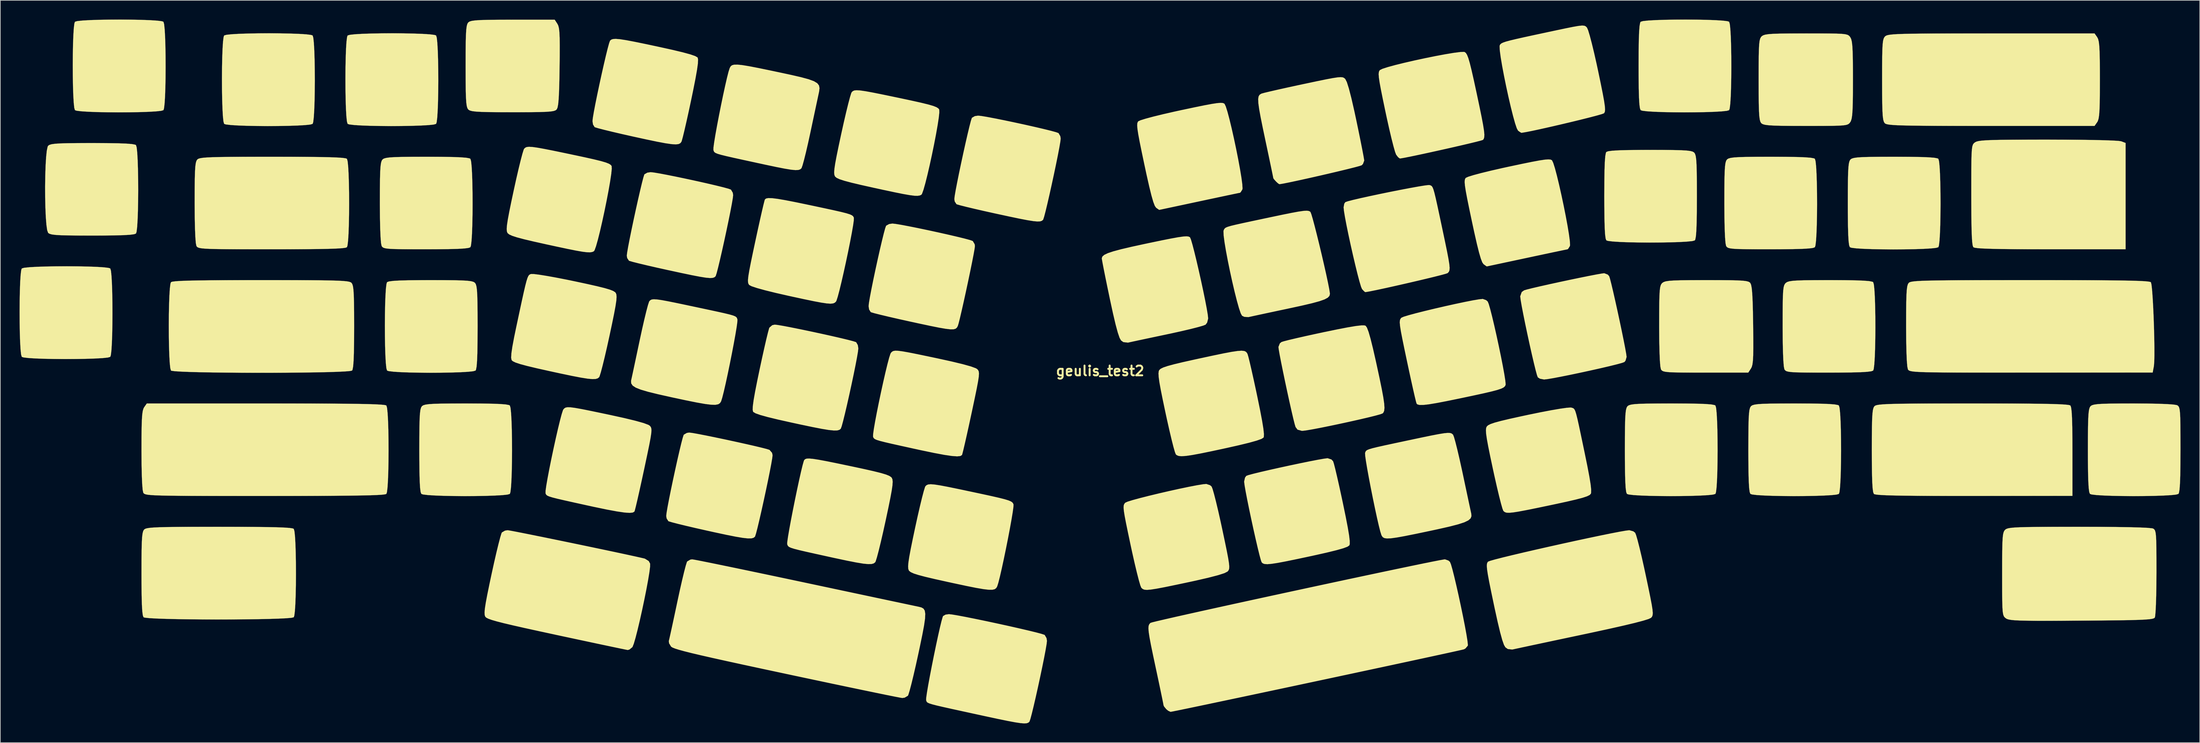
<source format=kicad_pcb>
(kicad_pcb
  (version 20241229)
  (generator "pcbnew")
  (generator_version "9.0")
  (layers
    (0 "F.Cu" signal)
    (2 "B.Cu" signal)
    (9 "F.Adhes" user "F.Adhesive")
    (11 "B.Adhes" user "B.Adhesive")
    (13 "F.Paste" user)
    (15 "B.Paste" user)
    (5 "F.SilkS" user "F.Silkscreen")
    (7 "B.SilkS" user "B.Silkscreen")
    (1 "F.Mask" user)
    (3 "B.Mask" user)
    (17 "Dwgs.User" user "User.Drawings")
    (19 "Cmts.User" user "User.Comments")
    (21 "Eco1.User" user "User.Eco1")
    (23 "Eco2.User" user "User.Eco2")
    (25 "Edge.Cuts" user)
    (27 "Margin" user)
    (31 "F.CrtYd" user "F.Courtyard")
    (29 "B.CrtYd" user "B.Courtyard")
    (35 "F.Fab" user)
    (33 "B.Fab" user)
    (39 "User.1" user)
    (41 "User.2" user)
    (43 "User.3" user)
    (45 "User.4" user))
  (footprint "geulis_test2"
    (layer "F.Cu")
    (at 168.468 54.837)
    (property "Reference" "geulis_test2" (at 0 0 0) (layer "F.SilkS") (effects (font (size 1.524 1.524) (thickness 0.3))))
    (attr through_hole)
    (fp_poly (pts (xy 150.394 -36.088) (xy 152.771 -36.07) (xy 154.849 -36.04) (xy 156.58 -36) (xy 157.915 -35.951) (xy 158.808 -35.894) (xy 159.2 -35.834) (xy 159.886 -35.573) (xy 159.886 -18.983) (xy 148.176 -18.983) (xy 145.158 -18.987) (xy 142.641 -19) (xy 140.59 -19.021) (xy 138.972 -19.054) (xy 137.753 -19.097) (xy 136.897 -19.152) (xy 136.373 -19.221) (xy 136.145 -19.303) (xy 136.144 -19.304) (xy 136.043 -19.569) (xy 135.963 -20.165) (xy 135.903 -21.131) (xy 135.861 -22.505) (xy 135.835 -24.326) (xy 135.824 -26.631) (xy 135.823 -27.444) (xy 135.824 -29.691) (xy 135.829 -31.464) (xy 135.844 -32.822) (xy 135.871 -33.826) (xy 135.916 -34.536) (xy 135.983 -35.012) (xy 136.077 -35.314) (xy 136.201 -35.503) (xy 136.36 -35.638) (xy 136.417 -35.679) (xy 136.626 -35.784) (xy 136.955 -35.871) (xy 137.453 -35.94) (xy 138.171 -35.993) (xy 139.158 -36.034) (xy 140.464 -36.062) (xy 142.139 -36.08) (xy 144.232 -36.091) (xy 146.794 -36.095) (xy 147.763 -36.095) (xy 150.394 -36.088)) (stroke (width 0.01) (type solid)) (fill yes) (layer "F.SilkS"))
    (fp_poly (pts (xy -159.39 -16.319) (xy -157.815 -16.288) (xy -156.429 -16.237) (xy -155.323 -16.166) (xy -154.588 -16.076) (xy -154.325 -15.989) (xy -154.219 -15.621) (xy -154.133 -14.809) (xy -154.066 -13.643) (xy -154.019 -12.215) (xy -153.991 -10.615) (xy -153.983 -8.932) (xy -153.995 -7.258) (xy -154.026 -5.682) (xy -154.077 -4.296) (xy -154.147 -3.19) (xy -154.237 -2.455) (xy -154.325 -2.192) (xy -154.693 -2.086) (xy -155.505 -2) (xy -156.67 -1.933) (xy -158.098 -1.886) (xy -159.699 -1.858) (xy -161.382 -1.85) (xy -163.056 -1.862) (xy -164.631 -1.893) (xy -166.017 -1.944) (xy -167.123 -2.015) (xy -167.859 -2.105) (xy -168.121 -2.192) (xy -168.227 -2.56) (xy -168.314 -3.372) (xy -168.381 -4.538) (xy -168.428 -5.966) (xy -168.455 -7.567) (xy -168.463 -9.249) (xy -168.452 -10.924) (xy -168.42 -12.499) (xy -168.37 -13.885) (xy -168.299 -14.991) (xy -168.209 -15.726) (xy -168.121 -15.989) (xy -167.753 -16.095) (xy -166.941 -16.181) (xy -165.776 -16.248) (xy -164.348 -16.295) (xy -162.747 -16.323) (xy -161.064 -16.331) (xy -159.39 -16.319)) (stroke (width 0.01) (type solid)) (fill yes) (layer "F.SilkS"))
    (fp_poly (pts (xy -151.102 -54.82) (xy -149.526 -54.789) (xy -148.141 -54.738) (xy -147.035 -54.667) (xy -146.299 -54.577) (xy -146.037 -54.49) (xy -145.931 -54.122) (xy -145.844 -53.31) (xy -145.777 -52.145) (xy -145.73 -50.716) (xy -145.703 -49.116) (xy -145.695 -47.433) (xy -145.706 -45.759) (xy -145.737 -44.183) (xy -145.788 -42.797) (xy -145.859 -41.692) (xy -145.949 -40.956) (xy -146.037 -40.693) (xy -146.405 -40.587) (xy -147.216 -40.501) (xy -148.382 -40.434) (xy -149.81 -40.387) (xy -151.411 -40.359) (xy -153.093 -40.351) (xy -154.768 -40.363) (xy -156.343 -40.394) (xy -157.729 -40.445) (xy -158.835 -40.516) (xy -159.57 -40.606) (xy -159.833 -40.693) (xy -159.939 -41.061) (xy -160.025 -41.873) (xy -160.092 -43.039) (xy -160.139 -44.467) (xy -160.167 -46.068) (xy -160.175 -47.75) (xy -160.163 -49.425) (xy -160.132 -51) (xy -160.081 -52.386) (xy -160.011 -53.492) (xy -159.921 -54.227) (xy -159.833 -54.49) (xy -159.465 -54.596) (xy -158.653 -54.682) (xy -157.488 -54.749) (xy -156.059 -54.796) (xy -154.459 -54.824) (xy -152.776 -54.832) (xy -151.102 -54.82)) (stroke (width 0.01) (type solid)) (fill yes) (layer "F.SilkS"))
    (fp_poly (pts (xy -127.841 -52.681) (xy -126.265 -52.65) (xy -124.88 -52.599) (xy -123.774 -52.529) (xy -123.038 -52.438) (xy -122.776 -52.351) (xy -122.67 -51.983) (xy -122.583 -51.171) (xy -122.516 -50.006) (xy -122.469 -48.577) (xy -122.441 -46.977) (xy -122.433 -45.294) (xy -122.445 -43.62) (xy -122.476 -42.044) (xy -122.527 -40.659) (xy -122.598 -39.553) (xy -122.688 -38.817) (xy -122.776 -38.555) (xy -123.144 -38.448) (xy -123.955 -38.362) (xy -125.121 -38.295) (xy -126.549 -38.248) (xy -128.15 -38.22) (xy -129.832 -38.212) (xy -131.507 -38.224) (xy -133.082 -38.255) (xy -134.468 -38.306) (xy -135.574 -38.377) (xy -136.309 -38.467) (xy -136.572 -38.555) (xy -136.678 -38.923) (xy -136.764 -39.734) (xy -136.831 -40.9) (xy -136.878 -42.328) (xy -136.906 -43.929) (xy -136.914 -45.611) (xy -136.902 -47.286) (xy -136.871 -48.861) (xy -136.82 -50.247) (xy -136.75 -51.353) (xy -136.659 -52.088) (xy -136.572 -52.351) (xy -136.204 -52.457) (xy -135.392 -52.543) (xy -134.227 -52.61) (xy -132.798 -52.657) (xy -131.198 -52.685) (xy -129.515 -52.693) (xy -127.841 -52.681)) (stroke (width 0.01) (type solid)) (fill yes) (layer "F.SilkS"))
    (fp_poly (pts (xy -108.59 -52.681) (xy -107.015 -52.65) (xy -105.629 -52.599) (xy -104.523 -52.529) (xy -103.788 -52.438) (xy -103.525 -52.351) (xy -103.419 -51.983) (xy -103.333 -51.171) (xy -103.266 -50.006) (xy -103.219 -48.577) (xy -103.191 -46.977) (xy -103.183 -45.294) (xy -103.195 -43.62) (xy -103.226 -42.044) (xy -103.277 -40.659) (xy -103.347 -39.553) (xy -103.437 -38.817) (xy -103.525 -38.555) (xy -103.893 -38.448) (xy -104.705 -38.362) (xy -105.87 -38.295) (xy -107.298 -38.248) (xy -108.899 -38.22) (xy -110.582 -38.212) (xy -112.256 -38.224) (xy -113.831 -38.255) (xy -115.217 -38.306) (xy -116.323 -38.377) (xy -117.059 -38.467) (xy -117.321 -38.555) (xy -117.427 -38.923) (xy -117.514 -39.734) (xy -117.581 -40.9) (xy -117.628 -42.328) (xy -117.655 -43.929) (xy -117.663 -45.611) (xy -117.652 -47.286) (xy -117.62 -48.861) (xy -117.57 -50.247) (xy -117.499 -51.353) (xy -117.409 -52.088) (xy -117.321 -52.351) (xy -116.953 -52.457) (xy -116.141 -52.543) (xy -114.976 -52.61) (xy -113.548 -52.657) (xy -111.947 -52.685) (xy -110.264 -52.693) (xy -108.59 -52.681)) (stroke (width 0.01) (type solid)) (fill yes) (layer "F.SilkS"))
    (fp_poly (pts (xy 93.006 -54.82) (xy 94.581 -54.789) (xy 95.967 -54.738) (xy 97.073 -54.667) (xy 97.808 -54.577) (xy 98.071 -54.49) (xy 98.177 -54.122) (xy 98.263 -53.31) (xy 98.33 -52.145) (xy 98.377 -50.716) (xy 98.405 -49.116) (xy 98.413 -47.433) (xy 98.401 -45.759) (xy 98.37 -44.183) (xy 98.319 -42.797) (xy 98.249 -41.692) (xy 98.158 -40.956) (xy 98.071 -40.693) (xy 97.703 -40.587) (xy 96.891 -40.501) (xy 95.726 -40.434) (xy 94.297 -40.387) (xy 92.697 -40.359) (xy 91.014 -40.351) (xy 89.34 -40.363) (xy 87.764 -40.394) (xy 86.379 -40.445) (xy 85.273 -40.516) (xy 84.537 -40.606) (xy 84.275 -40.693) (xy 84.165 -40.98) (xy 84.08 -41.619) (xy 84.018 -42.65) (xy 83.978 -44.112) (xy 83.957 -46.044) (xy 83.954 -47.592) (xy 83.962 -49.854) (xy 83.989 -51.621) (xy 84.037 -52.931) (xy 84.106 -53.824) (xy 84.199 -54.339) (xy 84.275 -54.49) (xy 84.643 -54.596) (xy 85.454 -54.682) (xy 86.62 -54.749) (xy 88.048 -54.796) (xy 89.649 -54.824) (xy 91.331 -54.832) (xy 93.006 -54.82)) (stroke (width 0.01) (type solid)) (fill yes) (layer "F.SilkS"))
    (fp_poly (pts (xy -154.867 -35.551) (xy -153.117 -35.524) (xy -151.823 -35.475) (xy -150.946 -35.404) (xy -150.448 -35.309) (xy -150.315 -35.239) (xy -150.208 -34.871) (xy -150.122 -34.059) (xy -150.055 -32.894) (xy -150.008 -31.466) (xy -149.98 -29.865) (xy -149.972 -28.182) (xy -149.984 -26.508) (xy -150.015 -24.933) (xy -150.066 -23.547) (xy -150.137 -22.441) (xy -150.227 -21.705) (xy -150.315 -21.443) (xy -150.603 -21.332) (xy -151.247 -21.247) (xy -152.284 -21.185) (xy -153.754 -21.145) (xy -155.697 -21.125) (xy -157.113 -21.122) (xy -159.186 -21.126) (xy -160.788 -21.142) (xy -161.984 -21.172) (xy -162.838 -21.222) (xy -163.414 -21.294) (xy -163.777 -21.393) (xy -163.992 -21.523) (xy -164.011 -21.542) (xy -164.162 -21.958) (xy -164.283 -22.815) (xy -164.376 -24.02) (xy -164.44 -25.479) (xy -164.476 -27.1) (xy -164.482 -28.789) (xy -164.46 -30.454) (xy -164.41 -32.001) (xy -164.33 -33.337) (xy -164.222 -34.37) (xy -164.086 -35.005) (xy -164.011 -35.14) (xy -163.811 -35.274) (xy -163.471 -35.377) (xy -162.925 -35.452) (xy -162.109 -35.505) (xy -160.96 -35.537) (xy -159.413 -35.554) (xy -157.404 -35.56) (xy -157.113 -35.56) (xy -154.867 -35.551)) (stroke (width 0.01) (type solid)) (fill yes) (layer "F.SilkS"))
    (fp_poly (pts (xy -102.301 -14.166) (xy -100.699 -14.151) (xy -99.503 -14.12) (xy -98.649 -14.071) (xy -98.072 -13.998) (xy -97.709 -13.899) (xy -97.495 -13.769) (xy -97.475 -13.75) (xy -97.341 -13.55) (xy -97.238 -13.209) (xy -97.162 -12.663) (xy -97.11 -11.848) (xy -97.077 -10.699) (xy -97.06 -9.152) (xy -97.055 -7.143) (xy -97.055 -6.852) (xy -97.064 -4.606) (xy -97.091 -2.856) (xy -97.14 -1.562) (xy -97.21 -0.685) (xy -97.306 -0.187) (xy -97.376 -0.053) (xy -97.744 0.053) (xy -98.555 0.139) (xy -99.721 0.206) (xy -101.149 0.253) (xy -102.75 0.281) (xy -104.432 0.289) (xy -106.107 0.277) (xy -107.682 0.246) (xy -109.068 0.195) (xy -110.174 0.124) (xy -110.909 0.034) (xy -111.172 -0.053) (xy -111.278 -0.421) (xy -111.364 -1.233) (xy -111.431 -2.399) (xy -111.478 -3.827) (xy -111.506 -5.428) (xy -111.514 -7.11) (xy -111.502 -8.785) (xy -111.471 -10.36) (xy -111.42 -11.746) (xy -111.35 -12.852) (xy -111.259 -13.587) (xy -111.172 -13.85) (xy -110.883 -13.96) (xy -110.24 -14.046) (xy -109.202 -14.108) (xy -107.732 -14.147) (xy -105.79 -14.167) (xy -104.373 -14.171) (xy -102.301 -14.166)) (stroke (width 0.01) (type solid)) (fill yes) (layer "F.SilkS"))
    (fp_poly (pts (xy -96.581 5.089) (xy -94.831 5.116) (xy -93.537 5.165) (xy -92.66 5.236) (xy -92.162 5.331) (xy -92.028 5.401) (xy -91.922 5.769) (xy -91.836 6.581) (xy -91.769 7.746) (xy -91.722 9.174) (xy -91.694 10.775) (xy -91.686 12.458) (xy -91.698 14.132) (xy -91.729 15.707) (xy -91.78 17.093) (xy -91.85 18.199) (xy -91.941 18.935) (xy -92.028 19.197) (xy -92.396 19.303) (xy -93.208 19.39) (xy -94.373 19.456) (xy -95.802 19.504) (xy -97.402 19.531) (xy -99.085 19.539) (xy -100.759 19.527) (xy -102.335 19.496) (xy -103.72 19.445) (xy -104.826 19.375) (xy -105.562 19.285) (xy -105.824 19.197) (xy -105.935 18.908) (xy -106.021 18.265) (xy -106.082 17.228) (xy -106.122 15.757) (xy -106.142 13.815) (xy -106.145 12.398) (xy -106.141 10.326) (xy -106.126 8.724) (xy -106.095 7.528) (xy -106.046 6.674) (xy -105.973 6.097) (xy -105.874 5.734) (xy -105.744 5.52) (xy -105.725 5.5) (xy -105.525 5.366) (xy -105.184 5.263) (xy -104.638 5.188) (xy -103.823 5.135) (xy -102.674 5.103) (xy -101.127 5.086) (xy -99.117 5.08) (xy -98.827 5.08) (xy -96.581 5.089)) (stroke (width 0.01) (type solid)) (fill yes) (layer "F.SilkS"))
    (fp_poly (pts (xy 87.798 -34.486) (xy 89.4 -34.471) (xy 90.596 -34.44) (xy 91.45 -34.391) (xy 92.027 -34.318) (xy 92.39 -34.219) (xy 92.604 -34.089) (xy 92.624 -34.07) (xy 92.758 -33.87) (xy 92.861 -33.529) (xy 92.937 -32.983) (xy 92.989 -32.168) (xy 93.022 -31.019) (xy 93.039 -29.472) (xy 93.044 -27.463) (xy 93.044 -27.172) (xy 93.035 -24.926) (xy 93.008 -23.176) (xy 92.959 -21.882) (xy 92.889 -21.005) (xy 92.793 -20.507) (xy 92.723 -20.373) (xy 92.355 -20.267) (xy 91.544 -20.181) (xy 90.378 -20.114) (xy 88.95 -20.067) (xy 87.349 -20.039) (xy 85.667 -20.031) (xy 83.992 -20.043) (xy 82.417 -20.074) (xy 81.031 -20.125) (xy 79.925 -20.196) (xy 79.19 -20.286) (xy 78.927 -20.373) (xy 78.817 -20.66) (xy 78.732 -21.299) (xy 78.671 -22.33) (xy 78.631 -23.792) (xy 78.61 -25.724) (xy 78.606 -27.272) (xy 78.615 -29.534) (xy 78.642 -31.301) (xy 78.689 -32.611) (xy 78.759 -33.504) (xy 78.852 -34.019) (xy 78.927 -34.17) (xy 79.216 -34.28) (xy 79.859 -34.366) (xy 80.897 -34.428) (xy 82.367 -34.467) (xy 84.309 -34.487) (xy 85.726 -34.491) (xy 87.798 -34.486)) (stroke (width 0.01) (type solid)) (fill yes) (layer "F.SilkS"))
    (fp_poly (pts (xy 91.379 5.089) (xy 93.129 5.116) (xy 94.423 5.165) (xy 95.3 5.236) (xy 95.798 5.331) (xy 95.932 5.401) (xy 96.038 5.769) (xy 96.124 6.581) (xy 96.191 7.746) (xy 96.238 9.174) (xy 96.266 10.775) (xy 96.274 12.458) (xy 96.262 14.132) (xy 96.231 15.707) (xy 96.18 17.093) (xy 96.11 18.199) (xy 96.019 18.935) (xy 95.932 19.197) (xy 95.564 19.303) (xy 94.752 19.39) (xy 93.587 19.456) (xy 92.158 19.504) (xy 90.558 19.531) (xy 88.875 19.539) (xy 87.201 19.527) (xy 85.625 19.496) (xy 84.24 19.445) (xy 83.134 19.375) (xy 82.398 19.285) (xy 82.136 19.197) (xy 82.025 18.908) (xy 81.939 18.265) (xy 81.878 17.228) (xy 81.838 15.757) (xy 81.818 13.815) (xy 81.815 12.398) (xy 81.819 10.326) (xy 81.834 8.724) (xy 81.865 7.528) (xy 81.914 6.674) (xy 81.987 6.097) (xy 82.086 5.734) (xy 82.216 5.52) (xy 82.235 5.5) (xy 82.435 5.366) (xy 82.776 5.263) (xy 83.322 5.188) (xy 84.137 5.135) (xy 85.286 5.103) (xy 86.833 5.086) (xy 88.843 5.08) (xy 89.133 5.08) (xy 91.379 5.089)) (stroke (width 0.01) (type solid)) (fill yes) (layer "F.SilkS"))
    (fp_poly (pts (xy 110.629 5.089) (xy 112.38 5.116) (xy 113.674 5.165) (xy 114.55 5.236) (xy 115.048 5.331) (xy 115.182 5.401) (xy 115.288 5.769) (xy 115.375 6.581) (xy 115.442 7.746) (xy 115.489 9.174) (xy 115.516 10.775) (xy 115.524 12.458) (xy 115.513 14.132) (xy 115.481 15.707) (xy 115.431 17.093) (xy 115.36 18.199) (xy 115.27 18.935) (xy 115.182 19.197) (xy 114.814 19.303) (xy 114.002 19.39) (xy 112.837 19.456) (xy 111.409 19.504) (xy 109.808 19.531) (xy 108.125 19.539) (xy 106.451 19.527) (xy 104.876 19.496) (xy 103.49 19.445) (xy 102.384 19.375) (xy 101.649 19.285) (xy 101.386 19.197) (xy 101.275 18.908) (xy 101.19 18.265) (xy 101.128 17.228) (xy 101.088 15.757) (xy 101.068 13.815) (xy 101.065 12.398) (xy 101.07 10.326) (xy 101.085 8.724) (xy 101.115 7.528) (xy 101.165 6.674) (xy 101.237 6.097) (xy 101.337 5.734) (xy 101.467 5.52) (xy 101.485 5.5) (xy 101.685 5.366) (xy 102.026 5.263) (xy 102.572 5.188) (xy 103.388 5.135) (xy 104.537 5.103) (xy 106.084 5.086) (xy 108.093 5.08) (xy 108.384 5.08) (xy 110.629 5.089)) (stroke (width 0.01) (type solid)) (fill yes) (layer "F.SilkS"))
    (fp_poly (pts (xy 126.137 -33.412) (xy 127.887 -33.385) (xy 129.181 -33.336) (xy 130.058 -33.265) (xy 130.556 -33.17) (xy 130.69 -33.1) (xy 130.796 -32.732) (xy 130.882 -31.92) (xy 130.949 -30.755) (xy 130.996 -29.327) (xy 131.024 -27.726) (xy 131.032 -26.043) (xy 131.02 -24.369) (xy 130.989 -22.794) (xy 130.938 -21.408) (xy 130.867 -20.302) (xy 130.777 -19.566) (xy 130.69 -19.304) (xy 130.322 -19.198) (xy 129.51 -19.112) (xy 128.345 -19.045) (xy 126.916 -18.997) (xy 125.316 -18.97) (xy 123.633 -18.962) (xy 121.959 -18.974) (xy 120.383 -19.005) (xy 118.997 -19.056) (xy 117.892 -19.126) (xy 117.156 -19.216) (xy 116.893 -19.304) (xy 116.783 -19.593) (xy 116.697 -20.236) (xy 116.636 -21.273) (xy 116.596 -22.744) (xy 116.576 -24.686) (xy 116.573 -26.103) (xy 116.577 -28.175) (xy 116.592 -29.777) (xy 116.623 -30.973) (xy 116.672 -31.827) (xy 116.745 -32.404) (xy 116.844 -32.767) (xy 116.974 -32.981) (xy 116.993 -33.001) (xy 117.193 -33.135) (xy 117.534 -33.238) (xy 118.08 -33.314) (xy 118.895 -33.366) (xy 120.044 -33.398) (xy 121.591 -33.416) (xy 123.601 -33.421) (xy 123.891 -33.421) (xy 126.137 -33.412)) (stroke (width 0.01) (type solid)) (fill yes) (layer "F.SilkS"))
    (fp_poly (pts (xy 41.395 -7.045) (xy 41.6 -6.755) (xy 41.853 -6.089) (xy 42.163 -5.013) (xy 42.541 -3.489) (xy 42.997 -1.482) (xy 43.093 -1.043) (xy 43.56 1.122) (xy 43.91 2.827) (xy 44.15 4.13) (xy 44.288 5.091) (xy 44.331 5.767) (xy 44.287 6.22) (xy 44.163 6.507) (xy 44.049 6.628) (xy 43.696 6.763) (xy 42.911 6.98) (xy 41.784 7.26) (xy 40.407 7.582) (xy 38.873 7.927) (xy 37.272 8.275) (xy 35.698 8.606) (xy 34.241 8.899) (xy 32.993 9.136) (xy 32.046 9.295) (xy 31.492 9.358) (xy 31.472 9.358) (xy 30.783 9.167) (xy 30.475 8.756) (xy 30.341 8.312) (xy 30.123 7.442) (xy 29.843 6.241) (xy 29.521 4.806) (xy 29.177 3.231) (xy 28.832 1.614) (xy 28.507 0.05) (xy 28.221 -1.365) (xy 27.995 -2.536) (xy 27.851 -3.366) (xy 27.806 -3.74) (xy 28.021 -4.289) (xy 28.274 -4.504) (xy 28.662 -4.627) (xy 29.492 -4.84) (xy 30.687 -5.122) (xy 32.164 -5.457) (xy 33.844 -5.824) (xy 34.844 -6.037) (xy 36.962 -6.475) (xy 38.607 -6.793) (xy 39.829 -6.998) (xy 40.675 -7.099) (xy 41.193 -7.102) (xy 41.395 -7.045)) (stroke (width 0.01) (type solid)) (fill yes) (layer "F.SilkS"))
    (fp_poly (pts (xy -102.731 -33.412) (xy -100.98 -33.385) (xy -99.686 -33.336) (xy -98.81 -33.265) (xy -98.312 -33.17) (xy -98.178 -33.1) (xy -98.072 -32.732) (xy -97.985 -31.92) (xy -97.918 -30.755) (xy -97.871 -29.327) (xy -97.844 -27.726) (xy -97.836 -26.043) (xy -97.847 -24.369) (xy -97.879 -22.794) (xy -97.929 -21.408) (xy -98 -20.302) (xy -98.09 -19.566) (xy -98.178 -19.304) (xy -98.463 -19.194) (xy -99.101 -19.11) (xy -100.129 -19.048) (xy -101.587 -19.008) (xy -103.514 -18.987) (xy -105.12 -18.983) (xy -107.174 -18.985) (xy -108.758 -18.995) (xy -109.937 -19.016) (xy -110.774 -19.054) (xy -111.335 -19.115) (xy -111.684 -19.202) (xy -111.886 -19.32) (xy -112.004 -19.475) (xy -112.018 -19.5) (xy -112.109 -19.942) (xy -112.184 -20.866) (xy -112.242 -22.218) (xy -112.279 -23.946) (xy -112.295 -25.996) (xy -112.295 -26.299) (xy -112.29 -28.338) (xy -112.274 -29.907) (xy -112.242 -31.073) (xy -112.19 -31.899) (xy -112.114 -32.453) (xy -112.01 -32.798) (xy -111.875 -33.001) (xy -111.675 -33.135) (xy -111.334 -33.238) (xy -110.788 -33.314) (xy -109.972 -33.366) (xy -108.823 -33.398) (xy -107.276 -33.416) (xy -105.267 -33.421) (xy -104.976 -33.421) (xy -102.731 -33.412)) (stroke (width 0.01) (type solid)) (fill yes) (layer "F.SilkS"))
    (fp_poly (pts (xy -74.84 -51.761) (xy -73.901 -51.615) (xy -72.621 -51.373) (xy -70.939 -51.028) (xy -68.875 -50.588) (xy -66.73 -50.114) (xy -65.08 -49.719) (xy -63.891 -49.395) (xy -63.132 -49.132) (xy -62.769 -48.921) (xy -62.744 -48.889) (xy -62.682 -48.578) (xy -62.714 -47.958) (xy -62.848 -46.984) (xy -63.091 -45.611) (xy -63.449 -43.794) (xy -63.751 -42.338) (xy -64.126 -40.579) (xy -64.48 -38.977) (xy -64.793 -37.613) (xy -65.046 -36.567) (xy -65.222 -35.92) (xy -65.279 -35.761) (xy -65.446 -35.543) (xy -65.721 -35.406) (xy -66.162 -35.353) (xy -66.829 -35.394) (xy -67.781 -35.533) (xy -69.077 -35.777) (xy -70.777 -36.133) (xy -72.858 -36.588) (xy -74.533 -36.966) (xy -76.04 -37.318) (xy -77.298 -37.624) (xy -78.225 -37.864) (xy -78.739 -38.019) (xy -78.807 -38.049) (xy -79.058 -38.456) (xy -79.141 -38.978) (xy -79.085 -39.494) (xy -78.931 -40.41) (xy -78.698 -41.635) (xy -78.406 -43.076) (xy -78.076 -44.643) (xy -77.728 -46.243) (xy -77.381 -47.784) (xy -77.056 -49.175) (xy -76.772 -50.323) (xy -76.55 -51.138) (xy -76.41 -51.526) (xy -76.403 -51.535) (xy -76.22 -51.698) (xy -75.939 -51.794) (xy -75.499 -51.818) (xy -74.84 -51.761)) (stroke (width 0.01) (type solid)) (fill yes) (layer "F.SilkS"))
    (fp_poly (pts (xy -50.248 -7.164) (xy -49.356 -7.011) (xy -48.149 -6.78) (xy -46.718 -6.491) (xy -45.154 -6.164) (xy -43.547 -5.818) (xy -41.99 -5.473) (xy -40.573 -5.148) (xy -39.386 -4.863) (xy -38.521 -4.638) (xy -38.069 -4.493) (xy -38.033 -4.473) (xy -37.778 -4.026) (xy -37.699 -3.516) (xy -37.755 -3.004) (xy -37.91 -2.091) (xy -38.143 -0.868) (xy -38.434 0.571) (xy -38.765 2.136) (xy -39.113 3.735) (xy -39.46 5.275) (xy -39.785 6.664) (xy -40.069 7.812) (xy -40.29 8.626) (xy -40.43 9.014) (xy -40.437 9.024) (xy -40.645 9.193) (xy -40.983 9.287) (xy -41.508 9.298) (xy -42.28 9.221) (xy -43.357 9.046) (xy -44.8 8.766) (xy -46.666 8.375) (xy -48.098 8.065) (xy -50.203 7.594) (xy -51.816 7.202) (xy -52.975 6.88) (xy -53.715 6.617) (xy -54.073 6.404) (xy -54.1 6.37) (xy -54.166 6.069) (xy -54.142 5.482) (xy -54.018 4.559) (xy -53.789 3.253) (xy -53.446 1.514) (xy -53.094 -0.181) (xy -52.716 -1.939) (xy -52.361 -3.54) (xy -52.048 -4.903) (xy -51.793 -5.947) (xy -51.618 -6.593) (xy -51.561 -6.751) (xy -51.118 -7.131) (xy -50.735 -7.219) (xy -50.248 -7.164)) (stroke (width 0.01) (type solid)) (fill yes) (layer "F.SilkS"))
    (fp_poly (pts (xy 22.484 -3.104) (xy 22.751 -2.973) (xy 22.917 -2.764) (xy 22.991 -2.607) (xy 23.118 -2.178) (xy 23.333 -1.309) (xy 23.616 -0.083) (xy 23.95 1.416) (xy 24.315 3.105) (xy 24.499 3.979) (xy 24.937 6.118) (xy 25.252 7.778) (xy 25.45 9.001) (xy 25.538 9.826) (xy 25.521 10.295) (xy 25.484 10.396) (xy 25.163 10.606) (xy 24.412 10.875) (xy 23.206 11.212) (xy 21.52 11.621) (xy 19.492 12.076) (xy 17.331 12.541) (xy 15.631 12.889) (xy 14.332 13.129) (xy 13.374 13.268) (xy 12.697 13.312) (xy 12.241 13.269) (xy 11.947 13.147) (xy 11.801 13.012) (xy 11.664 12.658) (xy 11.437 11.858) (xy 11.142 10.691) (xy 10.798 9.235) (xy 10.423 7.568) (xy 10.198 6.529) (xy 9.774 4.516) (xy 9.462 2.961) (xy 9.252 1.799) (xy 9.136 0.969) (xy 9.103 0.405) (xy 9.145 0.046) (xy 9.217 -0.124) (xy 9.427 -0.323) (xy 9.848 -0.531) (xy 10.54 -0.765) (xy 11.562 -1.042) (xy 12.974 -1.38) (xy 14.836 -1.795) (xy 15.4 -1.918) (xy 17.534 -2.377) (xy 19.207 -2.725) (xy 20.478 -2.966) (xy 21.408 -3.105) (xy 22.057 -3.15) (xy 22.484 -3.104)) (stroke (width 0.01) (type solid)) (fill yes) (layer "F.SilkS"))
    (fp_poly (pts (xy 36.065 13.828) (xy 36.324 14.104) (xy 36.449 14.491) (xy 36.662 15.322) (xy 36.944 16.516) (xy 37.278 17.994) (xy 37.644 19.674) (xy 37.857 20.675) (xy 38.293 22.79) (xy 38.609 24.434) (xy 38.814 25.655) (xy 38.914 26.501) (xy 38.918 27.02) (xy 38.86 27.225) (xy 38.574 27.427) (xy 37.919 27.674) (xy 36.859 27.976) (xy 35.356 28.345) (xy 33.374 28.791) (xy 32.725 28.931) (xy 30.597 29.384) (xy 28.93 29.726) (xy 27.663 29.965) (xy 26.734 30.107) (xy 26.083 30.162) (xy 25.649 30.136) (xy 25.372 30.037) (xy 25.194 29.878) (xy 25.066 29.533) (xy 24.854 28.754) (xy 24.579 27.633) (xy 24.26 26.262) (xy 23.916 24.73) (xy 23.569 23.131) (xy 23.237 21.556) (xy 22.94 20.094) (xy 22.699 18.839) (xy 22.532 17.881) (xy 22.46 17.311) (xy 22.459 17.264) (xy 22.592 16.665) (xy 22.793 16.384) (xy 23.14 16.258) (xy 23.92 16.048) (xy 25.042 15.774) (xy 26.416 15.456) (xy 27.95 15.112) (xy 29.553 14.764) (xy 31.134 14.43) (xy 32.601 14.13) (xy 33.865 13.885) (xy 34.834 13.713) (xy 35.416 13.635) (xy 35.484 13.633) (xy 36.065 13.828)) (stroke (width 0.01) (type solid)) (fill yes) (layer "F.SilkS"))
    (fp_poly (pts (xy 96.617 -14.167) (xy 98.194 -14.153) (xy 99.367 -14.125) (xy 100.2 -14.078) (xy 100.759 -14.008) (xy 101.109 -13.912) (xy 101.315 -13.784) (xy 101.367 -13.729) (xy 101.494 -13.45) (xy 101.595 -12.916) (xy 101.674 -12.071) (xy 101.734 -10.859) (xy 101.78 -9.223) (xy 101.815 -7.153) (xy 101.837 -5.132) (xy 101.84 -3.576) (xy 101.821 -2.416) (xy 101.777 -1.582) (xy 101.704 -1.006) (xy 101.598 -0.618) (xy 101.474 -0.376) (xy 101.053 0.267) (xy 94.384 0.267) (xy 92.322 0.265) (xy 90.73 0.256) (xy 89.544 0.235) (xy 88.7 0.197) (xy 88.133 0.137) (xy 87.78 0.051) (xy 87.576 -0.066) (xy 87.456 -0.219) (xy 87.439 -0.25) (xy 87.348 -0.692) (xy 87.272 -1.615) (xy 87.215 -2.967) (xy 87.177 -4.692) (xy 87.162 -6.74) (xy 87.162 -7.026) (xy 87.165 -9.029) (xy 87.177 -10.565) (xy 87.204 -11.702) (xy 87.25 -12.509) (xy 87.32 -13.053) (xy 87.419 -13.403) (xy 87.552 -13.626) (xy 87.651 -13.728) (xy 87.864 -13.869) (xy 88.195 -13.977) (xy 88.71 -14.056) (xy 89.476 -14.111) (xy 90.56 -14.145) (xy 92.026 -14.164) (xy 93.943 -14.17) (xy 94.57 -14.171) (xy 96.617 -14.167)) (stroke (width 0.01) (type solid)) (fill yes) (layer "F.SilkS"))
    (fp_poly (pts (xy 106.886 -33.412) (xy 108.637 -33.385) (xy 109.931 -33.336) (xy 110.807 -33.265) (xy 111.305 -33.17) (xy 111.439 -33.1) (xy 111.545 -32.732) (xy 111.632 -31.92) (xy 111.698 -30.755) (xy 111.746 -29.327) (xy 111.773 -27.726) (xy 111.781 -26.043) (xy 111.77 -24.369) (xy 111.738 -22.794) (xy 111.687 -21.408) (xy 111.617 -20.302) (xy 111.527 -19.566) (xy 111.439 -19.304) (xy 111.154 -19.194) (xy 110.516 -19.11) (xy 109.488 -19.048) (xy 108.03 -19.008) (xy 106.103 -18.987) (xy 104.497 -18.983) (xy 102.443 -18.985) (xy 100.858 -18.995) (xy 99.68 -19.016) (xy 98.843 -19.054) (xy 98.282 -19.115) (xy 97.933 -19.202) (xy 97.731 -19.32) (xy 97.613 -19.475) (xy 97.599 -19.5) (xy 97.508 -19.942) (xy 97.432 -20.866) (xy 97.375 -22.218) (xy 97.338 -23.946) (xy 97.322 -25.996) (xy 97.322 -26.299) (xy 97.327 -28.338) (xy 97.343 -29.907) (xy 97.375 -31.073) (xy 97.427 -31.899) (xy 97.502 -32.453) (xy 97.606 -32.798) (xy 97.742 -33.001) (xy 97.942 -33.135) (xy 98.283 -33.238) (xy 98.829 -33.314) (xy 99.645 -33.366) (xy 100.794 -33.398) (xy 102.341 -33.416) (xy 104.35 -33.421) (xy 104.64 -33.421) (xy 106.886 -33.412)) (stroke (width 0.01) (type solid)) (fill yes) (layer "F.SilkS"))
    (fp_poly (pts (xy 139.471 5.083) (xy 142.381 5.092) (xy 144.82 5.108) (xy 146.816 5.132) (xy 148.402 5.164) (xy 149.609 5.205) (xy 150.466 5.256) (xy 151.007 5.316) (xy 151.261 5.388) (xy 151.277 5.401) (xy 151.384 5.681) (xy 151.468 6.308) (xy 151.529 7.32) (xy 151.57 8.757) (xy 151.592 10.657) (xy 151.598 12.611) (xy 151.598 19.501) (xy 136.282 19.514) (xy 132.837 19.514) (xy 129.895 19.507) (xy 127.424 19.494) (xy 125.392 19.474) (xy 123.767 19.445) (xy 122.517 19.407) (xy 121.611 19.36) (xy 121.015 19.303) (xy 120.7 19.235) (xy 120.641 19.201) (xy 120.529 18.921) (xy 120.443 18.302) (xy 120.381 17.303) (xy 120.341 15.882) (xy 120.32 13.997) (xy 120.316 12.398) (xy 120.32 10.326) (xy 120.335 8.724) (xy 120.366 7.528) (xy 120.416 6.674) (xy 120.488 6.097) (xy 120.587 5.734) (xy 120.717 5.52) (xy 120.736 5.5) (xy 120.874 5.409) (xy 121.118 5.332) (xy 121.51 5.268) (xy 122.092 5.215) (xy 122.904 5.173) (xy 123.989 5.141) (xy 125.387 5.116) (xy 127.141 5.099) (xy 129.292 5.088) (xy 131.881 5.082) (xy 134.95 5.08) (xy 136.056 5.08) (xy 139.471 5.083)) (stroke (width 0.01) (type solid)) (fill yes) (layer "F.SilkS"))
    (fp_poly (pts (xy 163.216 5.092) (xy 164.991 5.126) (xy 166.398 5.181) (xy 167.384 5.254) (xy 167.895 5.343) (xy 167.925 5.357) (xy 168.085 5.469) (xy 168.209 5.654) (xy 168.3 5.978) (xy 168.364 6.505) (xy 168.405 7.299) (xy 168.429 8.425) (xy 168.439 9.947) (xy 168.442 11.93) (xy 168.442 12.255) (xy 168.434 14.525) (xy 168.407 16.299) (xy 168.36 17.616) (xy 168.291 18.517) (xy 168.199 19.038) (xy 168.121 19.197) (xy 167.753 19.303) (xy 166.941 19.39) (xy 165.776 19.456) (xy 164.348 19.504) (xy 162.747 19.531) (xy 161.064 19.539) (xy 159.39 19.527) (xy 157.815 19.496) (xy 156.429 19.445) (xy 155.323 19.375) (xy 154.588 19.285) (xy 154.325 19.197) (xy 154.214 18.908) (xy 154.129 18.265) (xy 154.067 17.228) (xy 154.027 15.757) (xy 154.007 13.815) (xy 154.004 12.398) (xy 154.008 10.326) (xy 154.024 8.724) (xy 154.054 7.528) (xy 154.104 6.674) (xy 154.176 6.097) (xy 154.276 5.734) (xy 154.406 5.52) (xy 154.424 5.5) (xy 154.627 5.364) (xy 154.973 5.26) (xy 155.527 5.184) (xy 156.354 5.133) (xy 157.52 5.101) (xy 159.09 5.084) (xy 161.126 5.08) (xy 163.216 5.092)) (stroke (width 0.01) (type solid)) (fill yes) (layer "F.SilkS"))
    (fp_poly (pts (xy -88.305 -15.119) (xy -87.453 -15.012) (xy -86.239 -14.817) (xy -84.744 -14.546) (xy -83.049 -14.214) (xy -82.012 -13.999) (xy -79.982 -13.564) (xy -78.418 -13.211) (xy -77.259 -12.923) (xy -76.445 -12.683) (xy -75.916 -12.474) (xy -75.613 -12.278) (xy -75.517 -12.166) (xy -75.42 -11.923) (xy -75.389 -11.544) (xy -75.43 -10.964) (xy -75.556 -10.118) (xy -75.774 -8.941) (xy -76.094 -7.368) (xy -76.489 -5.509) (xy -76.875 -3.755) (xy -77.242 -2.167) (xy -77.571 -0.821) (xy -77.841 0.203) (xy -78.035 0.827) (xy -78.104 0.975) (xy -78.319 1.153) (xy -78.651 1.256) (xy -79.16 1.277) (xy -79.906 1.209) (xy -80.948 1.044) (xy -82.347 0.775) (xy -84.162 0.395) (xy -85.779 0.044) (xy -87.773 -0.401) (xy -89.295 -0.765) (xy -90.401 -1.062) (xy -91.145 -1.31) (xy -91.581 -1.523) (xy -91.751 -1.688) (xy -91.822 -2.05) (xy -91.786 -2.729) (xy -91.633 -3.777) (xy -91.358 -5.246) (xy -91.043 -6.768) (xy -90.558 -9.047) (xy -90.169 -10.858) (xy -89.861 -12.256) (xy -89.619 -13.297) (xy -89.427 -14.036) (xy -89.269 -14.529) (xy -89.131 -14.829) (xy -88.997 -14.994) (xy -88.851 -15.077) (xy -88.715 -15.123) (xy -88.305 -15.119)) (stroke (width 0.01) (type solid)) (fill yes) (layer "F.SilkS"))
    (fp_poly (pts (xy -84.614 -54.167) (xy -84.477 -53.888) (xy -84.375 -53.483) (xy -84.305 -52.881) (xy -84.264 -52.015) (xy -84.248 -50.813) (xy -84.253 -49.208) (xy -84.274 -47.39) (xy -84.309 -45.284) (xy -84.355 -43.657) (xy -84.416 -42.452) (xy -84.495 -41.614) (xy -84.597 -41.085) (xy -84.722 -40.814) (xy -84.891 -40.674) (xy -85.18 -40.567) (xy -85.654 -40.488) (xy -86.378 -40.434) (xy -87.415 -40.399) (xy -88.832 -40.38) (xy -90.693 -40.373) (xy -91.587 -40.373) (xy -93.663 -40.377) (xy -95.269 -40.392) (xy -96.468 -40.423) (xy -97.325 -40.472) (xy -97.904 -40.544) (xy -98.269 -40.643) (xy -98.484 -40.772) (xy -98.506 -40.793) (xy -98.641 -40.994) (xy -98.745 -41.338) (xy -98.82 -41.888) (xy -98.872 -42.709) (xy -98.905 -43.866) (xy -98.921 -45.425) (xy -98.926 -47.449) (xy -98.926 -47.592) (xy -98.922 -49.647) (xy -98.906 -51.233) (xy -98.875 -52.413) (xy -98.824 -53.253) (xy -98.75 -53.818) (xy -98.649 -54.172) (xy -98.516 -54.381) (xy -98.506 -54.39) (xy -98.307 -54.524) (xy -97.967 -54.627) (xy -97.423 -54.702) (xy -96.61 -54.755) (xy -95.465 -54.787) (xy -93.923 -54.805) (xy -91.921 -54.81) (xy -91.561 -54.811) (xy -85.035 -54.811) (xy -84.614 -54.167)) (stroke (width 0.01) (type solid)) (fill yes) (layer "F.SilkS"))
    (fp_poly (pts (xy 13.81 -20.961) (xy 14 -20.857) (xy 14.019 -20.838) (xy 14.165 -20.489) (xy 14.394 -19.707) (xy 14.686 -18.582) (xy 15.021 -17.206) (xy 15.377 -15.67) (xy 15.736 -14.065) (xy 16.076 -12.481) (xy 16.377 -11.011) (xy 16.619 -9.745) (xy 16.781 -8.775) (xy 16.844 -8.191) (xy 16.844 -8.173) (xy 16.684 -7.541) (xy 16.45 -7.225) (xy 16.079 -7.074) (xy 15.268 -6.839) (xy 14.099 -6.541) (xy 12.657 -6.202) (xy 11.025 -5.841) (xy 10.501 -5.73) (xy 8.813 -5.374) (xy 7.274 -5.048) (xy 5.972 -4.77) (xy 4.992 -4.559) (xy 4.424 -4.434) (xy 4.349 -4.416) (xy 3.629 -4.496) (xy 3.266 -4.755) (xy 3.039 -5.159) (xy 2.758 -5.985) (xy 2.415 -7.258) (xy 2.004 -9.007) (xy 1.521 -11.243) (xy 1.16 -12.975) (xy 0.839 -14.541) (xy 0.575 -15.861) (xy 0.383 -16.856) (xy 0.278 -17.449) (xy 0.264 -17.573) (xy 0.354 -17.846) (xy 0.654 -18.108) (xy 1.214 -18.376) (xy 2.086 -18.667) (xy 3.321 -18.997) (xy 4.969 -19.383) (xy 7.083 -19.842) (xy 7.56 -19.943) (xy 9.531 -20.353) (xy 11.045 -20.655) (xy 12.165 -20.858) (xy 12.956 -20.97) (xy 13.483 -21.002) (xy 13.81 -20.961)) (stroke (width 0.01) (type solid)) (fill yes) (layer "F.SilkS"))
    (fp_poly (pts (xy 56.83 -49.765) (xy 57.023 -49.621) (xy 57.209 -49.324) (xy 57.408 -48.813) (xy 57.638 -48.025) (xy 57.917 -46.898) (xy 58.263 -45.37) (xy 58.687 -43.41) (xy 59.132 -41.31) (xy 59.468 -39.671) (xy 59.703 -38.429) (xy 59.846 -37.524) (xy 59.906 -36.893) (xy 59.89 -36.476) (xy 59.807 -36.209) (xy 59.694 -36.059) (xy 59.4 -35.96) (xy 58.671 -35.769) (xy 57.593 -35.507) (xy 56.256 -35.192) (xy 54.746 -34.845) (xy 53.151 -34.486) (xy 51.559 -34.133) (xy 50.057 -33.806) (xy 48.733 -33.526) (xy 47.674 -33.312) (xy 46.969 -33.183) (xy 46.731 -33.154) (xy 46.458 -33.355) (xy 46.154 -33.755) (xy 45.991 -34.183) (xy 45.744 -35.052) (xy 45.432 -36.28) (xy 45.077 -37.784) (xy 44.699 -39.482) (xy 44.493 -40.446) (xy 44.085 -42.402) (xy 43.784 -43.902) (xy 43.58 -45.012) (xy 43.464 -45.798) (xy 43.429 -46.326) (xy 43.464 -46.663) (xy 43.561 -46.874) (xy 43.627 -46.95) (xy 44.031 -47.149) (xy 44.868 -47.419) (xy 46.045 -47.74) (xy 47.471 -48.091) (xy 49.054 -48.455) (xy 50.703 -48.81) (xy 52.326 -49.139) (xy 53.831 -49.42) (xy 55.127 -49.635) (xy 56.122 -49.764) (xy 56.725 -49.787) (xy 56.83 -49.765)) (stroke (width 0.01) (type solid)) (fill yes) (layer "F.SilkS"))
    (fp_poly (pts (xy 79.153 -15.025) (xy 79.37 -14.772) (xy 79.495 -14.381) (xy 79.705 -13.559) (xy 79.98 -12.399) (xy 80.299 -10.996) (xy 80.642 -9.443) (xy 80.99 -7.832) (xy 81.321 -6.259) (xy 81.616 -4.815) (xy 81.854 -3.596) (xy 82.016 -2.693) (xy 82.082 -2.202) (xy 82.082 -2.181) (xy 81.92 -1.609) (xy 81.748 -1.393) (xy 81.398 -1.26) (xy 80.614 -1.044) (xy 79.49 -0.764) (xy 78.116 -0.442) (xy 76.585 -0.097) (xy 74.988 0.251) (xy 73.417 0.582) (xy 71.964 0.876) (xy 70.721 1.113) (xy 69.779 1.274) (xy 69.23 1.337) (xy 69.21 1.337) (xy 68.582 1.218) (xy 68.245 1.003) (xy 68.115 0.654) (xy 67.902 -0.129) (xy 67.626 -1.253) (xy 67.306 -2.628) (xy 66.962 -4.163) (xy 66.615 -5.765) (xy 66.282 -7.345) (xy 65.986 -8.809) (xy 65.744 -10.067) (xy 65.578 -11.028) (xy 65.507 -11.6) (xy 65.505 -11.647) (xy 65.735 -12.308) (xy 66.107 -12.571) (xy 66.551 -12.705) (xy 67.421 -12.923) (xy 68.622 -13.203) (xy 70.057 -13.525) (xy 71.632 -13.869) (xy 73.249 -14.214) (xy 74.813 -14.539) (xy 76.229 -14.825) (xy 77.399 -15.051) (xy 78.23 -15.196) (xy 78.603 -15.24) (xy 79.153 -15.025)) (stroke (width 0.01) (type solid)) (fill yes) (layer "F.SilkS"))
    (fp_poly (pts (xy 116.034 -14.162) (xy 117.773 -14.134) (xy 119.056 -14.084) (xy 119.921 -14.013) (xy 120.407 -13.916) (xy 120.53 -13.85) (xy 120.636 -13.482) (xy 120.722 -12.67) (xy 120.789 -11.505) (xy 120.836 -10.076) (xy 120.864 -8.476) (xy 120.872 -6.793) (xy 120.86 -5.119) (xy 120.829 -3.543) (xy 120.778 -2.157) (xy 120.707 -1.052) (xy 120.617 -0.316) (xy 120.53 -0.053) (xy 120.244 0.056) (xy 119.607 0.141) (xy 118.578 0.202) (xy 117.12 0.243) (xy 115.193 0.263) (xy 113.588 0.267) (xy 111.533 0.265) (xy 109.949 0.256) (xy 108.77 0.235) (xy 107.933 0.196) (xy 107.372 0.136) (xy 107.023 0.049) (xy 106.822 -0.07) (xy 106.703 -0.224) (xy 106.689 -0.25) (xy 106.598 -0.692) (xy 106.523 -1.615) (xy 106.465 -2.967) (xy 106.428 -4.692) (xy 106.413 -6.74) (xy 106.413 -7.026) (xy 106.416 -9.029) (xy 106.428 -10.565) (xy 106.454 -11.702) (xy 106.5 -12.509) (xy 106.57 -13.053) (xy 106.669 -13.403) (xy 106.803 -13.626) (xy 106.902 -13.728) (xy 107.115 -13.869) (xy 107.446 -13.977) (xy 107.962 -14.057) (xy 108.73 -14.111) (xy 109.815 -14.146) (xy 111.284 -14.164) (xy 113.204 -14.17) (xy 113.8 -14.171) (xy 116.034 -14.162)) (stroke (width 0.01) (type solid)) (fill yes) (layer "F.SilkS"))
    (fp_poly (pts (xy -88.504 -34.946) (xy -87.711 -34.834) (xy -86.606 -34.635) (xy -85.127 -34.34) (xy -83.21 -33.942) (xy -82.386 -33.768) (xy -80.423 -33.35) (xy -78.922 -33.014) (xy -77.821 -32.743) (xy -77.055 -32.518) (xy -76.563 -32.321) (xy -76.282 -32.134) (xy -76.158 -31.963) (xy -76.138 -31.544) (xy -76.225 -30.702) (xy -76.402 -29.527) (xy -76.65 -28.109) (xy -76.951 -26.536) (xy -77.285 -24.897) (xy -77.635 -23.282) (xy -77.981 -21.78) (xy -78.306 -20.48) (xy -78.591 -19.471) (xy -78.816 -18.842) (xy -78.922 -18.68) (xy -79.168 -18.565) (xy -79.504 -18.508) (xy -79.993 -18.517) (xy -80.7 -18.603) (xy -81.69 -18.775) (xy -83.025 -19.042) (xy -84.771 -19.413) (xy -86.333 -19.752) (xy -88.303 -20.192) (xy -89.808 -20.549) (xy -90.907 -20.841) (xy -91.662 -21.087) (xy -92.131 -21.302) (xy -92.376 -21.506) (xy -92.394 -21.531) (xy -92.489 -21.774) (xy -92.519 -22.156) (xy -92.475 -22.744) (xy -92.346 -23.602) (xy -92.124 -24.795) (xy -91.8 -26.386) (xy -91.418 -28.18) (xy -91.033 -29.933) (xy -90.666 -31.522) (xy -90.337 -32.867) (xy -90.066 -33.891) (xy -89.873 -34.515) (xy -89.803 -34.663) (xy -89.634 -34.828) (xy -89.403 -34.935) (xy -89.047 -34.977) (xy -88.504 -34.946)) (stroke (width 0.01) (type solid)) (fill yes) (layer "F.SilkS"))
    (fp_poly (pts (xy -69.57 -30.959) (xy -68.652 -30.805) (xy -67.426 -30.572) (xy -65.984 -30.281) (xy -64.418 -29.952) (xy -62.82 -29.605) (xy -61.282 -29.259) (xy -59.894 -28.934) (xy -58.75 -28.651) (xy -57.941 -28.43) (xy -57.559 -28.29) (xy -57.551 -28.284) (xy -57.274 -27.808) (xy -57.215 -27.439) (xy -57.27 -26.951) (xy -57.422 -26.058) (xy -57.652 -24.85) (xy -57.941 -23.42) (xy -58.268 -21.857) (xy -58.613 -20.253) (xy -58.958 -18.7) (xy -59.283 -17.287) (xy -59.567 -16.106) (xy -59.791 -15.248) (xy -59.936 -14.805) (xy -59.955 -14.772) (xy -60.134 -14.613) (xy -60.407 -14.519) (xy -60.836 -14.497) (xy -61.483 -14.556) (xy -62.408 -14.703) (xy -63.673 -14.947) (xy -65.339 -15.296) (xy -67.377 -15.737) (xy -69.072 -16.113) (xy -70.6 -16.464) (xy -71.88 -16.769) (xy -72.832 -17.009) (xy -73.374 -17.166) (xy -73.459 -17.201) (xy -73.732 -17.615) (xy -73.794 -17.982) (xy -73.738 -18.46) (xy -73.585 -19.347) (xy -73.354 -20.549) (xy -73.064 -21.977) (xy -72.736 -23.54) (xy -72.389 -25.145) (xy -72.043 -26.704) (xy -71.717 -28.123) (xy -71.432 -29.314) (xy -71.207 -30.183) (xy -71.062 -30.642) (xy -71.041 -30.681) (xy -70.6 -30.935) (xy -70.089 -31.015) (xy -69.57 -30.959)) (stroke (width 0.01) (type solid)) (fill yes) (layer "F.SilkS"))
    (fp_poly (pts (xy -63.609 9.681) (xy -62.727 9.837) (xy -61.522 10.07) (xy -60.088 10.362) (xy -58.52 10.692) (xy -56.91 11.04) (xy -55.354 11.385) (xy -53.945 11.706) (xy -52.777 11.985) (xy -51.945 12.2) (xy -51.542 12.331) (xy -51.541 12.332) (xy -51.152 12.784) (xy -51.067 13.152) (xy -51.123 13.634) (xy -51.275 14.523) (xy -51.506 15.728) (xy -51.794 17.157) (xy -52.122 18.721) (xy -52.468 20.328) (xy -52.813 21.887) (xy -53.138 23.307) (xy -53.422 24.498) (xy -53.648 25.369) (xy -53.794 25.828) (xy -53.815 25.868) (xy -54.024 26.039) (xy -54.366 26.133) (xy -54.903 26.142) (xy -55.691 26.058) (xy -56.791 25.873) (xy -58.261 25.582) (xy -60.161 25.175) (xy -61.364 24.909) (xy -63.04 24.531) (xy -64.547 24.178) (xy -65.805 23.872) (xy -66.731 23.631) (xy -67.246 23.476) (xy -67.313 23.446) (xy -67.582 23.027) (xy -67.646 22.644) (xy -67.591 22.152) (xy -67.439 21.256) (xy -67.209 20.046) (xy -66.921 18.613) (xy -66.594 17.049) (xy -66.248 15.444) (xy -65.904 13.889) (xy -65.579 12.475) (xy -65.295 11.294) (xy -65.07 10.436) (xy -64.925 9.992) (xy -64.906 9.959) (xy -64.436 9.683) (xy -64.073 9.625) (xy -63.609 9.681)) (stroke (width 0.01) (type solid)) (fill yes) (layer "F.SilkS"))
    (fp_poly (pts (xy -37.427 -43.768) (xy -36.63 -43.655) (xy -35.519 -43.454) (xy -34.032 -43.157) (xy -32.107 -42.757) (xy -31.318 -42.592) (xy -29.357 -42.173) (xy -27.858 -41.838) (xy -26.757 -41.567) (xy -25.993 -41.343) (xy -25.5 -41.146) (xy -25.217 -40.959) (xy -25.088 -40.782) (xy -25.068 -40.366) (xy -25.157 -39.527) (xy -25.336 -38.354) (xy -25.585 -36.938) (xy -25.888 -35.366) (xy -26.224 -33.728) (xy -26.575 -32.112) (xy -26.923 -30.609) (xy -27.249 -29.307) (xy -27.534 -28.295) (xy -27.76 -27.662) (xy -27.867 -27.496) (xy -28.111 -27.383) (xy -28.449 -27.329) (xy -28.944 -27.341) (xy -29.662 -27.431) (xy -30.664 -27.606) (xy -32.016 -27.877) (xy -33.782 -28.253) (xy -35.265 -28.576) (xy -37.238 -29.016) (xy -38.745 -29.374) (xy -39.847 -29.667) (xy -40.603 -29.913) (xy -41.073 -30.129) (xy -41.317 -30.333) (xy -41.332 -30.355) (xy -41.429 -30.593) (xy -41.462 -30.965) (xy -41.422 -31.536) (xy -41.298 -32.37) (xy -41.081 -33.534) (xy -40.762 -35.091) (xy -40.352 -37.008) (xy -39.964 -38.762) (xy -39.595 -40.351) (xy -39.265 -41.696) (xy -38.994 -42.719) (xy -38.8 -43.343) (xy -38.731 -43.492) (xy -38.563 -43.655) (xy -38.331 -43.761) (xy -37.973 -43.801) (xy -37.427 -43.768)) (stroke (width 0.01) (type solid)) (fill yes) (layer "F.SilkS"))
    (fp_poly (pts (xy -31.871 -22.938) (xy -30.953 -22.784) (xy -29.727 -22.551) (xy -28.285 -22.26) (xy -26.719 -21.931) (xy -25.121 -21.583) (xy -23.583 -21.237) (xy -22.196 -20.913) (xy -21.052 -20.63) (xy -20.242 -20.409) (xy -19.86 -20.269) (xy -19.852 -20.263) (xy -19.563 -19.776) (xy -19.518 -19.492) (xy -19.574 -19.047) (xy -19.729 -18.178) (xy -19.963 -16.978) (xy -20.254 -15.545) (xy -20.583 -13.973) (xy -20.929 -12.359) (xy -21.271 -10.798) (xy -21.59 -9.386) (xy -21.863 -8.219) (xy -22.072 -7.392) (xy -22.187 -7.018) (xy -22.321 -6.769) (xy -22.516 -6.594) (xy -22.833 -6.5) (xy -23.332 -6.491) (xy -24.074 -6.575) (xy -25.121 -6.755) (xy -26.532 -7.039) (xy -28.368 -7.431) (xy -29.678 -7.716) (xy -31.373 -8.092) (xy -32.902 -8.443) (xy -34.182 -8.748) (xy -35.133 -8.988) (xy -35.675 -9.145) (xy -35.761 -9.18) (xy -36.012 -9.582) (xy -36.095 -10.102) (xy -36.039 -10.618) (xy -35.884 -11.534) (xy -35.651 -12.759) (xy -35.36 -14.201) (xy -35.03 -15.767) (xy -34.681 -17.367) (xy -34.335 -18.908) (xy -34.009 -20.299) (xy -33.726 -21.448) (xy -33.504 -22.262) (xy -33.364 -22.65) (xy -33.357 -22.659) (xy -32.903 -22.915) (xy -32.39 -22.994) (xy -31.871 -22.938)) (stroke (width 0.01) (type solid)) (fill yes) (layer "F.SilkS"))
    (fp_poly (pts (xy -18.503 -39.782) (xy -17.585 -39.628) (xy -16.359 -39.395) (xy -14.917 -39.105) (xy -13.351 -38.775) (xy -11.753 -38.428) (xy -10.214 -38.082) (xy -8.827 -37.757) (xy -7.683 -37.474) (xy -6.874 -37.253) (xy -6.492 -37.114) (xy -6.484 -37.108) (xy -6.207 -36.631) (xy -6.148 -36.263) (xy -6.203 -35.776) (xy -6.356 -34.884) (xy -6.586 -33.677) (xy -6.875 -32.247) (xy -7.203 -30.685) (xy -7.549 -29.081) (xy -7.894 -27.527) (xy -8.219 -26.114) (xy -8.503 -24.932) (xy -8.727 -24.074) (xy -8.872 -23.628) (xy -8.891 -23.595) (xy -9.068 -23.436) (xy -9.341 -23.342) (xy -9.77 -23.32) (xy -10.417 -23.379) (xy -11.342 -23.527) (xy -12.608 -23.771) (xy -14.275 -24.12) (xy -16.309 -24.56) (xy -18.005 -24.936) (xy -19.533 -25.287) (xy -20.813 -25.592) (xy -21.764 -25.833) (xy -22.307 -25.989) (xy -22.392 -26.025) (xy -22.664 -26.437) (xy -22.726 -26.809) (xy -22.671 -27.294) (xy -22.518 -28.185) (xy -22.287 -29.391) (xy -21.999 -30.822) (xy -21.671 -32.385) (xy -21.325 -33.991) (xy -20.98 -35.547) (xy -20.655 -36.965) (xy -20.37 -38.151) (xy -20.146 -39.016) (xy -20 -39.468) (xy -19.98 -39.504) (xy -19.534 -39.759) (xy -19.022 -39.838) (xy -18.503 -39.782)) (stroke (width 0.01) (type solid)) (fill yes) (layer "F.SilkS"))
    (fp_poly (pts (xy 19.155 -41.804) (xy 19.36 -41.711) (xy 19.395 -41.679) (xy 19.588 -41.282) (xy 19.85 -40.453) (xy 20.161 -39.284) (xy 20.504 -37.865) (xy 20.859 -36.285) (xy 21.208 -34.634) (xy 21.532 -33.003) (xy 21.812 -31.481) (xy 22.03 -30.159) (xy 22.167 -29.127) (xy 22.204 -28.474) (xy 22.175 -28.31) (xy 21.925 -27.907) (xy 21.819 -27.806) (xy 21.545 -27.753) (xy 20.821 -27.603) (xy 19.719 -27.371) (xy 18.314 -27.073) (xy 16.677 -26.725) (xy 15.481 -26.469) (xy 13.734 -26.096) (xy 12.174 -25.763) (xy 10.872 -25.485) (xy 9.9 -25.278) (xy 9.331 -25.158) (xy 9.211 -25.133) (xy 9.012 -25.267) (xy 8.726 -25.474) (xy 8.529 -25.76) (xy 8.293 -26.38) (xy 8.007 -27.376) (xy 7.658 -28.789) (xy 7.236 -30.66) (xy 6.908 -32.187) (xy 6.485 -34.201) (xy 6.169 -35.757) (xy 5.953 -36.918) (xy 5.826 -37.748) (xy 5.78 -38.31) (xy 5.806 -38.668) (xy 5.895 -38.885) (xy 5.952 -38.953) (xy 6.322 -39.122) (xy 7.144 -39.377) (xy 8.347 -39.699) (xy 9.859 -40.069) (xy 11.607 -40.469) (xy 12.681 -40.703) (xy 14.698 -41.13) (xy 16.255 -41.448) (xy 17.417 -41.665) (xy 18.246 -41.791) (xy 18.804 -41.834) (xy 19.155 -41.804)) (stroke (width 0.01) (type solid)) (fill yes) (layer "F.SilkS"))
    (fp_poly (pts (xy 59.657 -11.231) (xy 60.186 -11.038) (xy 60.429 -10.824) (xy 60.587 -10.442) (xy 60.823 -9.627) (xy 61.118 -8.472) (xy 61.451 -7.067) (xy 61.804 -5.504) (xy 62.156 -3.874) (xy 62.489 -2.269) (xy 62.781 -0.78) (xy 63.015 0.502) (xy 63.17 1.485) (xy 63.227 2.079) (xy 63.216 2.189) (xy 63.114 2.395) (xy 62.907 2.58) (xy 62.535 2.765) (xy 61.937 2.965) (xy 61.054 3.2) (xy 59.824 3.487) (xy 58.188 3.844) (xy 56.201 4.264) (xy 54.107 4.695) (xy 52.477 5.009) (xy 51.255 5.212) (xy 50.384 5.311) (xy 49.809 5.313) (xy 49.473 5.226) (xy 49.348 5.11) (xy 49.254 4.792) (xy 49.067 4.025) (xy 48.806 2.884) (xy 48.486 1.443) (xy 48.125 -0.223) (xy 47.854 -1.493) (xy 47.435 -3.483) (xy 47.121 -5.015) (xy 46.902 -6.156) (xy 46.772 -6.971) (xy 46.721 -7.525) (xy 46.74 -7.884) (xy 46.823 -8.114) (xy 46.959 -8.279) (xy 46.983 -8.301) (xy 47.344 -8.458) (xy 48.138 -8.7) (xy 49.274 -9.007) (xy 50.658 -9.356) (xy 52.201 -9.727) (xy 53.811 -10.099) (xy 55.396 -10.451) (xy 56.864 -10.761) (xy 58.124 -11.009) (xy 59.086 -11.172) (xy 59.656 -11.231) (xy 59.657 -11.231)) (stroke (width 0.01) (type solid)) (fill yes) (layer "F.SilkS"))
    (fp_poly (pts (xy 70.229 -32.979) (xy 70.429 -32.884) (xy 70.455 -32.861) (xy 70.646 -32.463) (xy 70.906 -31.636) (xy 71.217 -30.468) (xy 71.559 -29.049) (xy 71.914 -27.469) (xy 72.264 -25.819) (xy 72.589 -24.188) (xy 72.871 -22.665) (xy 73.09 -21.342) (xy 73.229 -20.308) (xy 73.269 -19.652) (xy 73.241 -19.484) (xy 72.991 -19.082) (xy 72.887 -18.983) (xy 72.612 -18.93) (xy 71.888 -18.779) (xy 70.787 -18.548) (xy 69.381 -18.25) (xy 67.744 -17.902) (xy 66.548 -17.646) (xy 64.801 -17.273) (xy 63.241 -16.94) (xy 61.939 -16.662) (xy 60.968 -16.455) (xy 60.399 -16.335) (xy 60.278 -16.309) (xy 60.08 -16.444) (xy 59.786 -16.656) (xy 59.59 -16.932) (xy 59.36 -17.524) (xy 59.082 -18.475) (xy 58.745 -19.83) (xy 58.337 -21.633) (xy 57.964 -23.365) (xy 57.542 -25.375) (xy 57.227 -26.928) (xy 57.011 -28.086) (xy 56.884 -28.913) (xy 56.838 -29.474) (xy 56.864 -29.832) (xy 56.953 -30.051) (xy 57.015 -30.125) (xy 57.39 -30.298) (xy 58.22 -30.556) (xy 59.437 -30.882) (xy 60.972 -31.257) (xy 62.755 -31.664) (xy 63.748 -31.88) (xy 65.768 -32.308) (xy 67.329 -32.626) (xy 68.493 -32.843) (xy 69.323 -32.968) (xy 69.881 -33.01) (xy 70.229 -32.979)) (stroke (width 0.01) (type solid)) (fill yes) (layer "F.SilkS"))
    (fp_poly (pts (xy -82.525 5.688) (xy -81.811 5.785) (xy -80.799 5.967) (xy -79.425 6.243) (xy -77.624 6.619) (xy -76.545 6.846) (xy -74.246 7.35) (xy -72.455 7.783) (xy -71.177 8.142) (xy -70.419 8.426) (xy -70.229 8.547) (xy -70.08 8.712) (xy -69.984 8.924) (xy -69.949 9.246) (xy -69.983 9.746) (xy -70.095 10.489) (xy -70.294 11.541) (xy -70.587 12.967) (xy -70.983 14.835) (xy -71.093 15.354) (xy -71.477 17.13) (xy -71.831 18.735) (xy -72.138 20.093) (xy -72.382 21.13) (xy -72.545 21.77) (xy -72.601 21.942) (xy -72.844 22.1) (xy -73.346 22.155) (xy -74.154 22.101) (xy -75.316 21.932) (xy -76.878 21.642) (xy -78.887 21.224) (xy -80.035 20.974) (xy -81.995 20.542) (xy -83.495 20.206) (xy -84.601 19.95) (xy -85.375 19.753) (xy -85.881 19.597) (xy -86.183 19.464) (xy -86.344 19.335) (xy -86.427 19.192) (xy -86.463 19.099) (xy -86.457 18.718) (xy -86.344 17.907) (xy -86.145 16.757) (xy -85.88 15.357) (xy -85.566 13.797) (xy -85.223 12.169) (xy -84.871 10.562) (xy -84.529 9.067) (xy -84.215 7.773) (xy -83.949 6.77) (xy -83.751 6.15) (xy -83.678 6.006) (xy -83.517 5.836) (xy -83.314 5.721) (xy -83.004 5.67) (xy -82.525 5.688)) (stroke (width 0.01) (type solid)) (fill yes) (layer "F.SilkS"))
    (fp_poly (pts (xy -51.153 -26.957) (xy -50.292 -26.85) (xy -49.091 -26.644) (xy -47.492 -26.332) (xy -45.44 -25.906) (xy -45.021 -25.817) (xy -43.026 -25.392) (xy -41.492 -25.059) (xy -40.355 -24.8) (xy -39.553 -24.596) (xy -39.021 -24.43) (xy -38.697 -24.282) (xy -38.519 -24.135) (xy -38.422 -23.971) (xy -38.393 -23.901) (xy -38.4 -23.52) (xy -38.513 -22.709) (xy -38.712 -21.559) (xy -38.978 -20.159) (xy -39.291 -18.601) (xy -39.634 -16.974) (xy -39.986 -15.369) (xy -40.328 -13.875) (xy -40.641 -12.584) (xy -40.907 -11.585) (xy -41.104 -10.968) (xy -41.175 -10.828) (xy -41.365 -10.648) (xy -41.628 -10.535) (xy -42.026 -10.494) (xy -42.624 -10.534) (xy -43.482 -10.662) (xy -44.665 -10.885) (xy -46.234 -11.212) (xy -48.253 -11.65) (xy -48.586 -11.723) (xy -50.549 -12.17) (xy -52.196 -12.576) (xy -53.472 -12.929) (xy -54.324 -13.212) (xy -54.69 -13.399) (xy -54.818 -13.57) (xy -54.89 -13.821) (xy -54.899 -14.215) (xy -54.834 -14.82) (xy -54.687 -15.699) (xy -54.45 -16.918) (xy -54.113 -18.542) (xy -53.767 -20.168) (xy -53.384 -21.944) (xy -53.03 -23.548) (xy -52.723 -24.906) (xy -52.479 -25.943) (xy -52.316 -26.583) (xy -52.26 -26.755) (xy -52.08 -26.902) (xy -51.73 -26.971) (xy -51.153 -26.957)) (stroke (width 0.01) (type solid)) (fill yes) (layer "F.SilkS"))
    (fp_poly (pts (xy -31.469 -3.136) (xy -30.761 -3.041) (xy -29.755 -2.86) (xy -28.389 -2.587) (xy -26.597 -2.213) (xy -25.478 -1.977) (xy -23.203 -1.478) (xy -21.419 -1.048) (xy -20.138 -0.69) (xy -19.369 -0.406) (xy -19.165 -0.279) (xy -19.017 -0.114) (xy -18.922 0.098) (xy -18.888 0.424) (xy -18.923 0.927) (xy -19.037 1.676) (xy -19.236 2.734) (xy -19.531 4.169) (xy -19.928 6.045) (xy -20.032 6.533) (xy -20.415 8.31) (xy -20.769 9.915) (xy -21.076 11.274) (xy -21.319 12.311) (xy -21.481 12.951) (xy -21.537 13.124) (xy -21.781 13.28) (xy -22.289 13.333) (xy -23.107 13.276) (xy -24.282 13.103) (xy -25.86 12.808) (xy -27.887 12.386) (xy -28.968 12.15) (xy -30.927 11.718) (xy -32.428 11.383) (xy -33.533 11.126) (xy -34.308 10.929) (xy -34.814 10.774) (xy -35.115 10.64) (xy -35.276 10.512) (xy -35.36 10.368) (xy -35.396 10.276) (xy -35.39 9.893) (xy -35.278 9.08) (xy -35.08 7.928) (xy -34.815 6.527) (xy -34.502 4.967) (xy -34.16 3.339) (xy -33.808 1.732) (xy -33.466 0.238) (xy -33.153 -1.054) (xy -32.888 -2.053) (xy -32.689 -2.669) (xy -32.618 -2.808) (xy -32.455 -2.981) (xy -32.252 -3.098) (xy -31.945 -3.152) (xy -31.469 -3.136)) (stroke (width 0.01) (type solid)) (fill yes) (layer "F.SilkS"))
    (fp_poly (pts (xy 17.136 17.84) (xy 17.379 18.047) (xy 17.527 18.414) (xy 17.762 19.227) (xy 18.064 20.406) (xy 18.414 21.874) (xy 18.791 23.552) (xy 19.027 24.646) (xy 19.441 26.605) (xy 19.751 28.109) (xy 19.964 29.223) (xy 20.089 30.016) (xy 20.134 30.552) (xy 20.109 30.9) (xy 20.02 31.127) (xy 19.878 31.298) (xy 19.864 31.311) (xy 19.387 31.557) (xy 18.386 31.878) (xy 16.863 32.274) (xy 14.823 32.744) (xy 13.631 33.001) (xy 11.58 33.434) (xy 9.988 33.761) (xy 8.789 33.987) (xy 7.921 34.122) (xy 7.32 34.172) (xy 6.92 34.144) (xy 6.658 34.045) (xy 6.47 33.884) (xy 6.417 33.822) (xy 6.269 33.455) (xy 6.034 32.643) (xy 5.732 31.463) (xy 5.382 29.995) (xy 5.004 28.317) (xy 4.768 27.224) (xy 4.354 25.264) (xy 4.045 23.761) (xy 3.832 22.646) (xy 3.707 21.855) (xy 3.662 21.319) (xy 3.688 20.972) (xy 3.776 20.748) (xy 3.919 20.58) (xy 3.932 20.568) (xy 4.299 20.404) (xy 5.098 20.156) (xy 6.237 19.846) (xy 7.626 19.493) (xy 9.171 19.12) (xy 10.78 18.749) (xy 12.363 18.399) (xy 13.828 18.093) (xy 15.081 17.851) (xy 16.032 17.695) (xy 16.555 17.646) (xy 17.136 17.84)) (stroke (width 0.01) (type solid)) (fill yes) (layer "F.SilkS"))
    (fp_poly (pts (xy -25.801 17.738) (xy -24.925 17.874) (xy -23.706 18.105) (xy -22.078 18.44) (xy -20.721 18.727) (xy -18.622 19.174) (xy -16.987 19.529) (xy -15.755 19.811) (xy -14.867 20.036) (xy -14.262 20.223) (xy -13.881 20.388) (xy -13.663 20.55) (xy -13.549 20.725) (xy -13.505 20.846) (xy -13.517 21.229) (xy -13.627 22.042) (xy -13.817 23.194) (xy -14.069 24.593) (xy -14.365 26.148) (xy -14.687 27.766) (xy -15.016 29.357) (xy -15.334 30.828) (xy -15.623 32.089) (xy -15.865 33.047) (xy -16.041 33.611) (xy -16.045 33.622) (xy -16.192 33.881) (xy -16.422 34.06) (xy -16.793 34.152) (xy -17.366 34.152) (xy -18.199 34.055) (xy -19.352 33.856) (xy -20.884 33.549) (xy -22.854 33.128) (xy -23.765 32.93) (xy -25.72 32.496) (xy -27.212 32.144) (xy -28.302 31.857) (xy -29.052 31.616) (xy -29.523 31.403) (xy -29.777 31.201) (xy -29.814 31.148) (xy -29.906 30.899) (xy -29.933 30.501) (xy -29.884 29.891) (xy -29.749 29.005) (xy -29.521 27.778) (xy -29.189 26.146) (xy -28.838 24.486) (xy -28.455 22.732) (xy -28.09 21.143) (xy -27.764 19.798) (xy -27.495 18.774) (xy -27.303 18.151) (xy -27.234 18.002) (xy -27.052 17.83) (xy -26.798 17.724) (xy -26.403 17.69) (xy -25.801 17.738)) (stroke (width 0.01) (type solid)) (fill yes) (layer "F.SilkS"))
    (fp_poly (pts (xy 32.536 -24.959) (xy 32.739 -24.855) (xy 32.788 -24.811) (xy 32.921 -24.484) (xy 33.147 -23.724) (xy 33.443 -22.62) (xy 33.789 -21.262) (xy 34.164 -19.738) (xy 34.546 -18.138) (xy 34.913 -16.552) (xy 35.246 -15.069) (xy 35.521 -13.778) (xy 35.72 -12.769) (xy 35.819 -12.131) (xy 35.826 -12.016) (xy 35.755 -11.712) (xy 35.497 -11.436) (xy 34.998 -11.166) (xy 34.199 -10.883) (xy 33.045 -10.568) (xy 31.478 -10.199) (xy 29.443 -9.757) (xy 29.411 -9.75) (xy 27.699 -9.387) (xy 26.141 -9.054) (xy 24.821 -8.77) (xy 23.823 -8.554) (xy 23.23 -8.423) (xy 23.127 -8.398) (xy 22.481 -8.44) (xy 22.131 -8.611) (xy 21.928 -8.98) (xy 21.655 -9.786) (xy 21.331 -10.939) (xy 20.975 -12.347) (xy 20.607 -13.922) (xy 20.247 -15.571) (xy 19.913 -17.205) (xy 19.625 -18.733) (xy 19.403 -20.065) (xy 19.266 -21.111) (xy 19.233 -21.78) (xy 19.267 -21.954) (xy 19.351 -22.117) (xy 19.449 -22.251) (xy 19.62 -22.371) (xy 19.926 -22.496) (xy 20.429 -22.643) (xy 21.188 -22.827) (xy 22.265 -23.067) (xy 23.721 -23.38) (xy 25.617 -23.782) (xy 26.418 -23.952) (xy 28.354 -24.359) (xy 29.835 -24.658) (xy 30.927 -24.859) (xy 31.697 -24.97) (xy 32.212 -25) (xy 32.536 -24.959)) (stroke (width 0.01) (type solid)) (fill yes) (layer "F.SilkS"))
    (fp_poly (pts (xy 51.353 -29.004) (xy 51.534 -28.945) (xy 51.683 -28.858) (xy 51.817 -28.68) (xy 51.955 -28.35) (xy 52.115 -27.806) (xy 52.314 -26.986) (xy 52.572 -25.829) (xy 52.906 -24.273) (xy 53.334 -22.256) (xy 53.336 -22.248) (xy 53.761 -20.232) (xy 54.082 -18.674) (xy 54.305 -17.509) (xy 54.439 -16.673) (xy 54.491 -16.1) (xy 54.469 -15.727) (xy 54.38 -15.487) (xy 54.233 -15.317) (xy 54.167 -15.26) (xy 53.851 -15.15) (xy 53.102 -14.947) (xy 52.008 -14.671) (xy 50.657 -14.343) (xy 49.14 -13.984) (xy 47.543 -13.614) (xy 45.958 -13.254) (xy 44.471 -12.923) (xy 43.172 -12.644) (xy 42.15 -12.435) (xy 41.494 -12.317) (xy 41.321 -12.299) (xy 41.118 -12.472) (xy 40.843 -12.767) (xy 40.685 -13.137) (xy 40.445 -13.941) (xy 40.142 -15.085) (xy 39.799 -16.48) (xy 39.434 -18.033) (xy 39.069 -19.652) (xy 38.725 -21.246) (xy 38.422 -22.724) (xy 38.181 -23.993) (xy 38.022 -24.962) (xy 37.966 -25.532) (xy 38.068 -26.093) (xy 38.235 -26.337) (xy 38.628 -26.473) (xy 39.448 -26.686) (xy 40.605 -26.956) (xy 42.009 -27.266) (xy 43.57 -27.598) (xy 45.198 -27.932) (xy 46.804 -28.25) (xy 48.298 -28.536) (xy 49.59 -28.769) (xy 50.59 -28.932) (xy 51.208 -29.007) (xy 51.353 -29.004)) (stroke (width 0.01) (type solid)) (fill yes) (layer "F.SilkS"))
    (fp_poly (pts (xy 73.465 5.729) (xy 73.658 5.785) (xy 73.814 5.855) (xy 73.949 6) (xy 74.083 6.279) (xy 74.231 6.754) (xy 74.414 7.485) (xy 74.647 8.531) (xy 74.949 9.954) (xy 75.338 11.814) (xy 75.533 12.748) (xy 75.963 14.852) (xy 76.273 16.484) (xy 76.47 17.692) (xy 76.56 18.523) (xy 76.551 19.024) (xy 76.505 19.18) (xy 76.315 19.369) (xy 75.907 19.569) (xy 75.225 19.795) (xy 74.21 20.063) (xy 72.803 20.391) (xy 70.946 20.794) (xy 70.269 20.937) (xy 68.179 21.375) (xy 66.548 21.706) (xy 65.314 21.939) (xy 64.416 22.082) (xy 63.79 22.141) (xy 63.374 22.125) (xy 63.106 22.041) (xy 62.922 21.896) (xy 62.866 21.833) (xy 62.728 21.478) (xy 62.5 20.677) (xy 62.203 19.51) (xy 61.857 18.053) (xy 61.48 16.386) (xy 61.254 15.349) (xy 60.83 13.35) (xy 60.518 11.808) (xy 60.307 10.657) (xy 60.189 9.832) (xy 60.153 9.269) (xy 60.191 8.903) (xy 60.279 8.689) (xy 60.481 8.494) (xy 60.876 8.294) (xy 61.522 8.072) (xy 62.481 7.811) (xy 63.813 7.494) (xy 65.576 7.104) (xy 66.757 6.851) (xy 68.659 6.46) (xy 70.34 6.14) (xy 71.731 5.901) (xy 72.762 5.756) (xy 73.365 5.715) (xy 73.465 5.729)) (stroke (width 0.01) (type solid)) (fill yes) (layer "F.SilkS"))
    (fp_poly (pts (xy 75.491 -53.873) (xy 75.712 -53.773) (xy 75.88 -53.603) (xy 75.914 -53.561) (xy 76.087 -53.158) (xy 76.343 -52.309) (xy 76.663 -51.096) (xy 77.025 -49.597) (xy 77.41 -47.892) (xy 77.64 -46.819) (xy 78.055 -44.827) (xy 78.361 -43.293) (xy 78.57 -42.152) (xy 78.688 -41.342) (xy 78.726 -40.797) (xy 78.692 -40.455) (xy 78.595 -40.25) (xy 78.56 -40.211) (xy 78.243 -40.088) (xy 77.493 -39.871) (xy 76.397 -39.582) (xy 75.044 -39.241) (xy 73.524 -38.87) (xy 71.923 -38.49) (xy 70.332 -38.121) (xy 68.839 -37.785) (xy 67.531 -37.501) (xy 66.499 -37.293) (xy 65.829 -37.179) (xy 65.661 -37.164) (xy 65.434 -37.302) (xy 65.162 -37.498) (xy 64.965 -37.863) (xy 64.697 -38.664) (xy 64.379 -39.813) (xy 64.027 -41.217) (xy 63.663 -42.788) (xy 63.305 -44.435) (xy 62.973 -46.067) (xy 62.685 -47.596) (xy 62.461 -48.929) (xy 62.321 -49.978) (xy 62.283 -50.651) (xy 62.315 -50.834) (xy 62.409 -50.978) (xy 62.564 -51.109) (xy 62.835 -51.242) (xy 63.276 -51.393) (xy 63.945 -51.575) (xy 64.896 -51.803) (xy 66.184 -52.092) (xy 67.866 -52.457) (xy 69.997 -52.913) (xy 70.834 -53.091) (xy 72.498 -53.443) (xy 73.718 -53.69) (xy 74.572 -53.839) (xy 75.137 -53.898) (xy 75.491 -53.873)) (stroke (width 0.01) (type solid)) (fill yes) (layer "F.SilkS"))
    (fp_poly (pts (xy -44.745 13.732) (xy -43.846 13.873) (xy -42.608 14.105) (xy -40.969 14.437) (xy -38.87 14.877) (xy -38.805 14.89) (xy -36.814 15.317) (xy -35.287 15.663) (xy -34.16 15.945) (xy -33.374 16.181) (xy -32.864 16.389) (xy -32.571 16.587) (xy -32.478 16.699) (xy -32.378 16.94) (xy -32.342 17.305) (xy -32.377 17.862) (xy -32.494 18.676) (xy -32.703 19.812) (xy -33.012 21.337) (xy -33.432 23.315) (xy -33.443 23.367) (xy -33.829 25.121) (xy -34.196 26.709) (xy -34.524 28.055) (xy -34.795 29.079) (xy -34.989 29.703) (xy -35.058 29.851) (xy -35.281 30.033) (xy -35.628 30.135) (xy -36.16 30.151) (xy -36.939 30.074) (xy -38.027 29.895) (xy -39.484 29.608) (xy -41.373 29.206) (xy -42.336 28.995) (xy -44.3 28.562) (xy -45.806 28.226) (xy -46.916 27.967) (xy -47.693 27.766) (xy -48.202 27.604) (xy -48.504 27.463) (xy -48.664 27.321) (xy -48.744 27.161) (xy -48.786 27.032) (xy -48.769 26.665) (xy -48.654 25.865) (xy -48.46 24.724) (xy -48.203 23.33) (xy -47.902 21.775) (xy -47.577 20.148) (xy -47.243 18.539) (xy -46.921 17.038) (xy -46.628 15.736) (xy -46.382 14.721) (xy -46.202 14.085) (xy -46.138 13.93) (xy -45.999 13.782) (xy -45.761 13.695) (xy -45.363 13.675) (xy -44.745 13.732)) (stroke (width 0.01) (type solid)) (fill yes) (layer "F.SilkS"))
    (fp_poly (pts (xy 37.834 -45.81) (xy 38.048 -45.712) (xy 38.217 -45.559) (xy 38.225 -45.55) (xy 38.467 -45.071) (xy 38.783 -44.071) (xy 39.174 -42.557) (xy 39.636 -40.537) (xy 39.934 -39.144) (xy 40.293 -37.419) (xy 40.611 -35.856) (xy 40.872 -34.536) (xy 41.061 -33.538) (xy 41.162 -32.944) (xy 41.175 -32.826) (xy 40.985 -32.313) (xy 40.798 -32.105) (xy 40.481 -31.993) (xy 39.731 -31.789) (xy 38.635 -31.513) (xy 37.283 -31.185) (xy 35.763 -30.826) (xy 34.165 -30.456) (xy 32.577 -30.096) (xy 31.088 -29.766) (xy 29.787 -29.487) (xy 28.763 -29.278) (xy 28.104 -29.161) (xy 27.93 -29.143) (xy 27.698 -29.307) (xy 27.424 -29.563) (xy 27.091 -29.937) (xy 27.004 -30.087) (xy 26.951 -30.367) (xy 26.803 -31.094) (xy 26.575 -32.189) (xy 26.284 -33.576) (xy 25.945 -35.178) (xy 25.801 -35.857) (xy 25.356 -37.973) (xy 25.023 -39.628) (xy 24.797 -40.882) (xy 24.673 -41.795) (xy 24.646 -42.427) (xy 24.711 -42.84) (xy 24.865 -43.092) (xy 25.1 -43.245) (xy 25.199 -43.285) (xy 25.628 -43.404) (xy 26.497 -43.613) (xy 27.722 -43.894) (xy 29.22 -44.227) (xy 30.908 -44.593) (xy 31.779 -44.779) (xy 33.697 -45.185) (xy 35.161 -45.486) (xy 36.238 -45.691) (xy 36.998 -45.808) (xy 37.507 -45.845) (xy 37.834 -45.81)) (stroke (width 0.01) (type solid)) (fill yes) (layer "F.SilkS"))
    (fp_poly (pts (xy 155.46 -52.077) (xy 155.598 -51.801) (xy 155.703 -51.373) (xy 155.779 -50.725) (xy 155.83 -49.791) (xy 155.86 -48.501) (xy 155.874 -46.788) (xy 155.876 -45.453) (xy 155.87 -43.436) (xy 155.851 -41.886) (xy 155.814 -40.734) (xy 155.754 -39.913) (xy 155.668 -39.354) (xy 155.552 -38.989) (xy 155.46 -38.828) (xy 155.043 -38.234) (xy 138.902 -38.234) (xy 135.528 -38.235) (xy 132.649 -38.239) (xy 130.225 -38.247) (xy 128.216 -38.261) (xy 126.583 -38.28) (xy 125.286 -38.307) (xy 124.285 -38.341) (xy 123.54 -38.385) (xy 123.011 -38.439) (xy 122.658 -38.504) (xy 122.443 -38.581) (xy 122.34 -38.654) (xy 122.205 -38.856) (xy 122.101 -39.2) (xy 122.026 -39.75) (xy 121.974 -40.573) (xy 121.941 -41.733) (xy 121.925 -43.294) (xy 121.92 -45.322) (xy 121.92 -45.43) (xy 121.923 -47.45) (xy 121.935 -49.002) (xy 121.961 -50.155) (xy 122.006 -50.975) (xy 122.074 -51.53) (xy 122.171 -51.888) (xy 122.301 -52.116) (xy 122.409 -52.229) (xy 122.548 -52.321) (xy 122.773 -52.4) (xy 123.123 -52.466) (xy 123.64 -52.521) (xy 124.363 -52.565) (xy 125.334 -52.599) (xy 126.593 -52.626) (xy 128.18 -52.645) (xy 130.135 -52.658) (xy 132.5 -52.666) (xy 135.315 -52.67) (xy 138.62 -52.672) (xy 138.971 -52.672) (xy 155.043 -52.672) (xy 155.46 -52.077)) (stroke (width 0.01) (type solid)) (fill yes) (layer "F.SilkS"))
    (fp_poly (pts (xy -134.366 24.335) (xy -131.904 24.348) (xy -129.908 24.371) (xy -128.343 24.404) (xy -127.175 24.45) (xy -126.369 24.508) (xy -125.89 24.58) (xy -125.717 24.651) (xy -125.611 25.019) (xy -125.524 25.831) (xy -125.457 26.997) (xy -125.41 28.425) (xy -125.383 30.025) (xy -125.375 31.708) (xy -125.386 33.382) (xy -125.417 34.958) (xy -125.468 36.344) (xy -125.539 37.45) (xy -125.629 38.185) (xy -125.717 38.448) (xy -126.061 38.53) (xy -126.871 38.601) (xy -128.081 38.661) (xy -129.62 38.71) (xy -131.423 38.748) (xy -133.42 38.774) (xy -135.544 38.789) (xy -137.727 38.794) (xy -139.9 38.786) (xy -141.996 38.768) (xy -143.947 38.739) (xy -145.684 38.698) (xy -147.141 38.646) (xy -148.248 38.583) (xy -148.937 38.509) (xy -149.138 38.448) (xy -149.249 38.159) (xy -149.334 37.515) (xy -149.396 36.478) (xy -149.436 35.008) (xy -149.456 33.066) (xy -149.459 31.649) (xy -149.455 29.576) (xy -149.439 27.974) (xy -149.409 26.779) (xy -149.359 25.924) (xy -149.287 25.348) (xy -149.188 24.985) (xy -149.058 24.77) (xy -149.039 24.751) (xy -148.884 24.647) (xy -148.613 24.562) (xy -148.18 24.493) (xy -147.536 24.439) (xy -146.632 24.398) (xy -145.422 24.368) (xy -143.856 24.349) (xy -141.888 24.337) (xy -139.469 24.332) (xy -137.328 24.331) (xy -134.366 24.335)) (stroke (width 0.01) (type solid)) (fill yes) (layer "F.SilkS"))
    (fp_poly (pts (xy -69.07 -11.149) (xy -68.314 -11.039) (xy -67.247 -10.84) (xy -65.805 -10.546) (xy -63.923 -10.149) (xy -63.306 -10.018) (xy -61.287 -9.588) (xy -59.729 -9.253) (xy -58.571 -8.995) (xy -57.75 -8.796) (xy -57.205 -8.636) (xy -56.875 -8.499) (xy -56.697 -8.365) (xy -56.611 -8.218) (xy -56.554 -8.038) (xy -56.549 -8.022) (xy -56.561 -7.641) (xy -56.672 -6.829) (xy -56.862 -5.679) (xy -57.115 -4.281) (xy -57.411 -2.728) (xy -57.733 -1.11) (xy -58.062 0.479) (xy -58.38 1.95) (xy -58.669 3.21) (xy -58.911 4.168) (xy -59.086 4.733) (xy -59.092 4.746) (xy -59.259 5.018) (xy -59.534 5.201) (xy -59.975 5.288) (xy -60.642 5.275) (xy -61.591 5.158) (xy -62.883 4.931) (xy -64.575 4.59) (xy -66.725 4.13) (xy -66.842 4.104) (xy -68.884 3.648) (xy -70.453 3.262) (xy -71.605 2.923) (xy -72.394 2.609) (xy -72.875 2.294) (xy -73.101 1.956) (xy -73.128 1.572) (xy -73.097 1.405) (xy -73.01 1.013) (xy -72.831 0.182) (xy -72.578 -1.006) (xy -72.268 -2.468) (xy -71.919 -4.121) (xy -71.776 -4.795) (xy -71.409 -6.491) (xy -71.06 -8.02) (xy -70.749 -9.302) (xy -70.496 -10.254) (xy -70.32 -10.795) (xy -70.277 -10.878) (xy -70.119 -11.037) (xy -69.908 -11.141) (xy -69.58 -11.181) (xy -69.07 -11.149)) (stroke (width 0.01) (type solid)) (fill yes) (layer "F.SilkS"))
    (fp_poly (pts (xy -55.751 -47.718) (xy -54.657 -47.536) (xy -53.189 -47.251) (xy -51.288 -46.857) (xy -50.27 -46.642) (xy -48.208 -46.2) (xy -46.615 -45.832) (xy -45.437 -45.511) (xy -44.616 -45.208) (xy -44.099 -44.896) (xy -43.829 -44.546) (xy -43.751 -44.13) (xy -43.809 -43.619) (xy -43.858 -43.385) (xy -43.981 -42.812) (xy -44.194 -41.816) (xy -44.475 -40.498) (xy -44.803 -38.956) (xy -45.156 -37.292) (xy -45.181 -37.175) (xy -45.533 -35.56) (xy -45.868 -34.114) (xy -46.164 -32.923) (xy -46.401 -32.072) (xy -46.555 -31.647) (xy -46.569 -31.627) (xy -46.761 -31.46) (xy -47.05 -31.362) (xy -47.499 -31.341) (xy -48.174 -31.405) (xy -49.137 -31.562) (xy -50.454 -31.819) (xy -52.189 -32.185) (xy -53.479 -32.464) (xy -55.507 -32.905) (xy -57.074 -33.249) (xy -58.242 -33.515) (xy -59.071 -33.719) (xy -59.623 -33.881) (xy -59.959 -34.018) (xy -60.14 -34.149) (xy -60.228 -34.292) (xy -60.284 -34.465) (xy -60.289 -34.482) (xy -60.278 -34.868) (xy -60.168 -35.684) (xy -59.979 -36.838) (xy -59.727 -38.239) (xy -59.431 -39.795) (xy -59.109 -41.414) (xy -58.78 -43.005) (xy -58.461 -44.476) (xy -58.172 -45.735) (xy -57.93 -46.69) (xy -57.753 -47.251) (xy -57.75 -47.257) (xy -57.61 -47.516) (xy -57.402 -47.696) (xy -57.062 -47.793) (xy -56.532 -47.802) (xy -55.751 -47.718)) (stroke (width 0.01) (type solid)) (fill yes) (layer "F.SilkS"))
    (fp_poly (pts (xy 54.591 9.696) (xy 54.828 9.782) (xy 54.994 9.926) (xy 55.036 9.975) (xy 55.174 10.331) (xy 55.399 11.129) (xy 55.691 12.289) (xy 56.028 13.729) (xy 56.391 15.369) (xy 56.539 16.058) (xy 56.899 17.762) (xy 57.228 19.308) (xy 57.505 20.612) (xy 57.715 21.592) (xy 57.839 22.165) (xy 57.86 22.259) (xy 57.896 22.663) (xy 57.764 23.01) (xy 57.41 23.324) (xy 56.78 23.627) (xy 55.818 23.941) (xy 54.473 24.289) (xy 52.688 24.694) (xy 51.33 24.986) (xy 49.213 25.43) (xy 47.556 25.763) (xy 46.301 25.991) (xy 45.386 26.119) (xy 44.75 26.152) (xy 44.333 26.094) (xy 44.073 25.951) (xy 43.911 25.727) (xy 43.854 25.601) (xy 43.684 25.058) (xy 43.448 24.118) (xy 43.162 22.871) (xy 42.847 21.409) (xy 42.519 19.823) (xy 42.197 18.205) (xy 41.899 16.646) (xy 41.643 15.237) (xy 41.448 14.07) (xy 41.331 13.237) (xy 41.311 12.827) (xy 41.314 12.817) (xy 41.37 12.638) (xy 41.452 12.492) (xy 41.622 12.361) (xy 41.942 12.226) (xy 42.472 12.069) (xy 43.275 11.872) (xy 44.412 11.618) (xy 45.945 11.288) (xy 47.935 10.864) (xy 48.066 10.837) (xy 50.083 10.409) (xy 51.643 10.087) (xy 52.809 9.863) (xy 53.646 9.728) (xy 54.218 9.675) (xy 54.591 9.696)) (stroke (width 0.01) (type solid)) (fill yes) (layer "F.SilkS"))
    (fp_poly (pts (xy -23.071 38.023) (xy -22.151 38.178) (xy -20.902 38.414) (xy -19.408 38.714) (xy -17.754 39.058) (xy -16.021 39.429) (xy -14.294 39.808) (xy -12.657 40.178) (xy -11.193 40.52) (xy -9.985 40.815) (xy -9.117 41.047) (xy -8.672 41.196) (xy -8.64 41.216) (xy -8.359 41.699) (xy -8.288 42.129) (xy -8.344 42.631) (xy -8.497 43.535) (xy -8.728 44.751) (xy -9.018 46.186) (xy -9.346 47.75) (xy -9.692 49.352) (xy -10.037 50.899) (xy -10.362 52.301) (xy -10.645 53.467) (xy -10.868 54.304) (xy -11.01 54.722) (xy -11.024 54.744) (xy -11.19 54.894) (xy -11.439 54.987) (xy -11.83 55.014) (xy -12.42 54.968) (xy -13.269 54.839) (xy -14.434 54.62) (xy -15.974 54.303) (xy -17.946 53.88) (xy -19.169 53.614) (xy -21.389 53.13) (xy -23.143 52.746) (xy -24.487 52.446) (xy -25.477 52.215) (xy -26.17 52.036) (xy -26.62 51.894) (xy -26.884 51.774) (xy -27.019 51.659) (xy -27.08 51.534) (xy -27.123 51.383) (xy -27.125 51.376) (xy -27.109 51.006) (xy -26.995 50.204) (xy -26.801 49.06) (xy -26.545 47.665) (xy -26.245 46.108) (xy -25.92 44.479) (xy -25.587 42.869) (xy -25.265 41.367) (xy -24.972 40.064) (xy -24.725 39.05) (xy -24.544 38.414) (xy -24.481 38.261) (xy -24.102 38.041) (xy -23.579 37.967) (xy -23.071 38.023)) (stroke (width 0.01) (type solid)) (fill yes) (layer "F.SilkS"))
    (fp_poly (pts (xy -126.078 -33.417) (xy -123.616 -33.404) (xy -121.62 -33.381) (xy -120.055 -33.347) (xy -118.886 -33.302) (xy -118.08 -33.244) (xy -117.602 -33.172) (xy -117.428 -33.1) (xy -117.322 -32.732) (xy -117.236 -31.92) (xy -117.169 -30.755) (xy -117.122 -29.327) (xy -117.094 -27.726) (xy -117.086 -26.043) (xy -117.098 -24.369) (xy -117.129 -22.794) (xy -117.18 -21.408) (xy -117.25 -20.302) (xy -117.341 -19.566) (xy -117.428 -19.304) (xy -117.657 -19.22) (xy -118.183 -19.151) (xy -119.041 -19.095) (xy -120.267 -19.052) (xy -121.892 -19.02) (xy -123.953 -18.998) (xy -126.484 -18.986) (xy -129.183 -18.983) (xy -131.956 -18.984) (xy -134.242 -18.988) (xy -136.09 -18.997) (xy -137.548 -19.013) (xy -138.665 -19.039) (xy -139.488 -19.077) (xy -140.067 -19.128) (xy -140.449 -19.195) (xy -140.683 -19.28) (xy -140.817 -19.385) (xy -140.894 -19.5) (xy -140.985 -19.942) (xy -141.06 -20.866) (xy -141.118 -22.218) (xy -141.155 -23.946) (xy -141.17 -25.996) (xy -141.171 -26.299) (xy -141.166 -28.338) (xy -141.15 -29.907) (xy -141.118 -31.073) (xy -141.066 -31.899) (xy -140.99 -32.453) (xy -140.886 -32.798) (xy -140.75 -33.001) (xy -140.595 -33.105) (xy -140.325 -33.19) (xy -139.892 -33.259) (xy -139.247 -33.313) (xy -138.344 -33.354) (xy -137.133 -33.383) (xy -135.568 -33.403) (xy -133.6 -33.415) (xy -131.181 -33.42) (xy -129.04 -33.421) (xy -126.078 -33.417)) (stroke (width 0.01) (type solid)) (fill yes) (layer "F.SilkS"))
    (fp_poly (pts (xy -92.032 24.919) (xy -91.227 25.069) (xy -90.036 25.302) (xy -88.529 25.604) (xy -86.775 25.959) (xy -84.842 26.355) (xy -82.799 26.776) (xy -80.716 27.209) (xy -78.662 27.639) (xy -76.704 28.051) (xy -74.912 28.432) (xy -73.355 28.768) (xy -72.102 29.043) (xy -71.222 29.244) (xy -70.981 29.302) (xy -70.377 29.678) (xy -70.159 30.084) (xy -70.163 30.551) (xy -70.276 31.439) (xy -70.477 32.656) (xy -70.746 34.108) (xy -71.065 35.703) (xy -71.413 37.348) (xy -71.77 38.95) (xy -72.118 40.416) (xy -72.435 41.654) (xy -72.702 42.569) (xy -72.9 43.07) (xy -72.93 43.113) (xy -73.368 43.473) (xy -73.635 43.558) (xy -73.951 43.498) (xy -74.735 43.338) (xy -75.927 43.088) (xy -77.474 42.762) (xy -79.317 42.37) (xy -81.401 41.925) (xy -83.67 41.439) (xy -84.727 41.212) (xy -87.462 40.62) (xy -89.718 40.124) (xy -91.539 39.712) (xy -92.971 39.373) (xy -94.058 39.094) (xy -94.846 38.865) (xy -95.378 38.674) (xy -95.701 38.509) (xy -95.857 38.361) (xy -95.947 38.11) (xy -95.971 37.706) (xy -95.918 37.084) (xy -95.779 36.181) (xy -95.545 34.933) (xy -95.206 33.276) (xy -94.871 31.697) (xy -94.486 29.942) (xy -94.121 28.353) (xy -93.794 27.008) (xy -93.526 25.985) (xy -93.336 25.362) (xy -93.267 25.213) (xy -92.783 24.93) (xy -92.383 24.865) (xy -92.032 24.919)) (stroke (width 0.01) (type solid)) (fill yes) (layer "F.SilkS"))
    (fp_poly (pts (xy -127.751 -14.169) (xy -125.15 -14.164) (xy -122.998 -14.153) (xy -121.251 -14.137) (xy -119.864 -14.112) (xy -118.796 -14.079) (xy -118.003 -14.035) (xy -117.44 -13.98) (xy -117.066 -13.912) (xy -116.837 -13.83) (xy -116.725 -13.75) (xy -116.591 -13.55) (xy -116.488 -13.209) (xy -116.413 -12.663) (xy -116.361 -11.848) (xy -116.328 -10.699) (xy -116.311 -9.152) (xy -116.305 -7.143) (xy -116.305 -6.852) (xy -116.314 -4.606) (xy -116.342 -2.856) (xy -116.39 -1.562) (xy -116.461 -0.685) (xy -116.556 -0.187) (xy -116.626 -0.053) (xy -116.963 0.022) (xy -117.773 0.088) (xy -118.995 0.145) (xy -120.566 0.193) (xy -122.426 0.231) (xy -124.512 0.26) (xy -126.763 0.281) (xy -129.118 0.291) (xy -131.514 0.293) (xy -133.891 0.285) (xy -136.186 0.269) (xy -138.338 0.243) (xy -140.286 0.207) (xy -141.967 0.163) (xy -143.321 0.109) (xy -144.285 0.047) (xy -144.798 -0.025) (xy -144.86 -0.053) (xy -144.966 -0.421) (xy -145.053 -1.233) (xy -145.12 -2.399) (xy -145.167 -3.827) (xy -145.194 -5.428) (xy -145.202 -7.11) (xy -145.191 -8.785) (xy -145.159 -10.36) (xy -145.108 -11.746) (xy -145.038 -12.852) (xy -144.948 -13.587) (xy -144.86 -13.85) (xy -144.645 -13.926) (xy -144.144 -13.991) (xy -143.324 -14.044) (xy -142.155 -14.087) (xy -140.602 -14.12) (xy -138.636 -14.144) (xy -136.223 -14.16) (xy -133.331 -14.169) (xy -130.842 -14.171) (xy -127.751 -14.169)) (stroke (width 0.01) (type solid)) (fill yes) (layer "F.SilkS"))
    (fp_poly (pts (xy -126.294 5.082) (xy -122.982 5.089) (xy -120.147 5.102) (xy -117.763 5.12) (xy -115.8 5.145) (xy -114.229 5.176) (xy -113.024 5.214) (xy -112.155 5.261) (xy -111.595 5.315) (xy -111.314 5.379) (xy -111.279 5.401) (xy -111.173 5.769) (xy -111.086 6.581) (xy -111.019 7.746) (xy -110.972 9.174) (xy -110.945 10.775) (xy -110.937 12.458) (xy -110.948 14.132) (xy -110.98 15.707) (xy -111.03 17.093) (xy -111.101 18.199) (xy -111.191 18.935) (xy -111.279 19.197) (xy -111.475 19.263) (xy -111.942 19.32) (xy -112.707 19.369) (xy -113.799 19.41) (xy -115.246 19.443) (xy -117.077 19.47) (xy -119.319 19.49) (xy -122.001 19.505) (xy -125.151 19.514) (xy -128.797 19.518) (xy -130.252 19.518) (xy -133.862 19.518) (xy -136.973 19.516) (xy -139.625 19.511) (xy -141.855 19.504) (xy -143.7 19.491) (xy -145.198 19.474) (xy -146.386 19.449) (xy -147.302 19.417) (xy -147.983 19.377) (xy -148.466 19.327) (xy -148.79 19.266) (xy -148.991 19.194) (xy -149.108 19.108) (xy -149.177 19.01) (xy -149.182 19.001) (xy -149.274 18.558) (xy -149.35 17.636) (xy -149.408 16.29) (xy -149.445 14.577) (xy -149.459 12.551) (xy -149.459 12.376) (xy -149.454 10.346) (xy -149.435 8.783) (xy -149.398 7.62) (xy -149.34 6.788) (xy -149.256 6.221) (xy -149.141 5.85) (xy -149.043 5.674) (xy -148.627 5.08) (xy -130.113 5.08) (xy -126.294 5.082)) (stroke (width 0.01) (type solid)) (fill yes) (layer "F.SilkS"))
    (fp_poly (pts (xy 83.138 25.044) (xy 83.418 25.266) (xy 83.566 25.632) (xy 83.8 26.444) (xy 84.101 27.624) (xy 84.45 29.092) (xy 84.826 30.771) (xy 85.062 31.868) (xy 85.475 33.829) (xy 85.783 35.334) (xy 85.996 36.45) (xy 86.12 37.243) (xy 86.165 37.78) (xy 86.139 38.127) (xy 86.05 38.352) (xy 85.908 38.521) (xy 85.899 38.529) (xy 85.523 38.713) (xy 84.689 38.975) (xy 83.384 39.319) (xy 81.595 39.747) (xy 79.311 40.262) (xy 76.519 40.869) (xy 75.131 41.164) (xy 72.839 41.649) (xy 70.696 42.104) (xy 68.762 42.516) (xy 67.095 42.871) (xy 65.757 43.158) (xy 64.807 43.363) (xy 64.306 43.473) (xy 64.258 43.484) (xy 63.563 43.402) (xy 63.187 43.134) (xy 62.967 42.754) (xy 62.699 41.988) (xy 62.374 40.804) (xy 61.983 39.168) (xy 61.517 37.046) (xy 61.383 36.412) (xy 60.97 34.43) (xy 60.662 32.905) (xy 60.453 31.772) (xy 60.332 30.966) (xy 60.291 30.422) (xy 60.321 30.073) (xy 60.413 29.856) (xy 60.483 29.773) (xy 60.81 29.644) (xy 61.593 29.422) (xy 62.764 29.122) (xy 64.256 28.758) (xy 66.001 28.345) (xy 67.931 27.9) (xy 69.979 27.435) (xy 72.078 26.968) (xy 74.158 26.512) (xy 76.154 26.083) (xy 77.996 25.696) (xy 79.619 25.366) (xy 80.953 25.108) (xy 81.932 24.937) (xy 82.487 24.868) (xy 82.517 24.867) (xy 83.138 25.044)) (stroke (width 0.01) (type solid)) (fill yes) (layer "F.SilkS"))
    (fp_poly (pts (xy 112.114 -52.67) (xy 113.665 -52.662) (xy 114.816 -52.642) (xy 115.633 -52.604) (xy 116.183 -52.542) (xy 116.534 -52.45) (xy 116.751 -52.323) (xy 116.903 -52.154) (xy 116.959 -52.077) (xy 117.097 -51.801) (xy 117.202 -51.373) (xy 117.278 -50.725) (xy 117.329 -49.791) (xy 117.359 -48.501) (xy 117.373 -46.788) (xy 117.375 -45.453) (xy 117.369 -43.436) (xy 117.35 -41.886) (xy 117.313 -40.734) (xy 117.253 -39.913) (xy 117.167 -39.354) (xy 117.05 -38.989) (xy 116.959 -38.828) (xy 116.815 -38.643) (xy 116.631 -38.501) (xy 116.342 -38.396) (xy 115.879 -38.323) (xy 115.178 -38.276) (xy 114.17 -38.249) (xy 112.789 -38.237) (xy 110.969 -38.234) (xy 110.026 -38.234) (xy 107.947 -38.238) (xy 106.339 -38.253) (xy 105.137 -38.283) (xy 104.278 -38.333) (xy 103.697 -38.404) (xy 103.33 -38.503) (xy 103.113 -38.631) (xy 103.09 -38.654) (xy 102.954 -38.856) (xy 102.851 -39.2) (xy 102.775 -39.75) (xy 102.723 -40.573) (xy 102.691 -41.733) (xy 102.674 -43.294) (xy 102.669 -45.322) (xy 102.669 -45.43) (xy 102.672 -47.45) (xy 102.684 -49.002) (xy 102.71 -50.155) (xy 102.755 -50.975) (xy 102.823 -51.53) (xy 102.92 -51.888) (xy 103.05 -52.116) (xy 103.158 -52.229) (xy 103.371 -52.37) (xy 103.701 -52.478) (xy 104.216 -52.557) (xy 104.981 -52.612) (xy 106.063 -52.646) (xy 107.528 -52.665) (xy 109.442 -52.671) (xy 110.095 -52.672) (xy 112.114 -52.67)) (stroke (width 0.01) (type solid)) (fill yes) (layer "F.SilkS"))
    (fp_poly (pts (xy 148.796 -14.169) (xy 152.054 -14.162) (xy 154.84 -14.151) (xy 157.184 -14.135) (xy 159.118 -14.112) (xy 160.672 -14.084) (xy 161.878 -14.048) (xy 162.766 -14.004) (xy 163.369 -13.952) (xy 163.716 -13.892) (xy 163.831 -13.836) (xy 163.92 -13.475) (xy 164.01 -12.671) (xy 164.096 -11.516) (xy 164.177 -10.104) (xy 164.248 -8.527) (xy 164.306 -6.876) (xy 164.349 -5.245) (xy 164.373 -3.725) (xy 164.374 -2.408) (xy 164.35 -1.388) (xy 164.296 -0.756) (xy 164.292 -0.731) (xy 164.107 0.254) (xy 145.164 0.264) (xy 141.525 0.265) (xy 138.384 0.265) (xy 135.703 0.263) (xy 133.445 0.257) (xy 131.574 0.246) (xy 130.051 0.229) (xy 128.839 0.206) (xy 127.902 0.176) (xy 127.202 0.137) (xy 126.701 0.088) (xy 126.364 0.029) (xy 126.152 -0.042) (xy 126.028 -0.125) (xy 125.955 -0.222) (xy 125.942 -0.246) (xy 125.849 -0.693) (xy 125.773 -1.623) (xy 125.715 -2.987) (xy 125.678 -4.736) (xy 125.663 -6.817) (xy 125.663 -7.049) (xy 125.668 -9.087) (xy 125.684 -10.657) (xy 125.716 -11.822) (xy 125.768 -12.649) (xy 125.844 -13.202) (xy 125.947 -13.548) (xy 126.083 -13.75) (xy 126.21 -13.833) (xy 126.436 -13.904) (xy 126.801 -13.964) (xy 127.341 -14.015) (xy 128.092 -14.057) (xy 129.092 -14.09) (xy 130.378 -14.117) (xy 131.987 -14.137) (xy 133.957 -14.152) (xy 136.323 -14.161) (xy 139.124 -14.167) (xy 142.396 -14.17) (xy 145.034 -14.171) (xy 148.796 -14.169)) (stroke (width 0.01) (type solid)) (fill yes) (layer "F.SilkS"))
    (fp_poly (pts (xy 155.688 24.337) (xy 158.301 24.358) (xy 160.459 24.391) (xy 162.145 24.438) (xy 163.341 24.496) (xy 164.03 24.566) (xy 164.182 24.607) (xy 164.342 24.719) (xy 164.466 24.905) (xy 164.557 25.228) (xy 164.62 25.755) (xy 164.661 26.549) (xy 164.684 27.674) (xy 164.693 29.197) (xy 164.695 31.181) (xy 164.695 31.492) (xy 164.684 33.377) (xy 164.655 35.075) (xy 164.61 36.512) (xy 164.553 37.613) (xy 164.486 38.304) (xy 164.437 38.501) (xy 164.313 38.601) (xy 164.048 38.685) (xy 163.596 38.754) (xy 162.909 38.81) (xy 161.942 38.855) (xy 160.647 38.892) (xy 158.978 38.921) (xy 156.889 38.945) (xy 154.332 38.967) (xy 153.011 38.976) (xy 150.236 38.992) (xy 147.947 39.001) (xy 146.093 38.999) (xy 144.627 38.986) (xy 143.498 38.961) (xy 142.657 38.922) (xy 142.056 38.867) (xy 141.645 38.795) (xy 141.374 38.705) (xy 141.237 38.627) (xy 141.05 38.481) (xy 140.906 38.299) (xy 140.8 38.013) (xy 140.726 37.556) (xy 140.678 36.861) (xy 140.651 35.862) (xy 140.639 34.492) (xy 140.636 32.684) (xy 140.636 31.709) (xy 140.639 29.666) (xy 140.65 28.091) (xy 140.675 26.917) (xy 140.718 26.078) (xy 140.784 25.507) (xy 140.878 25.137) (xy 141.004 24.903) (xy 141.125 24.773) (xy 141.289 24.663) (xy 141.55 24.573) (xy 141.955 24.5) (xy 142.556 24.443) (xy 143.4 24.401) (xy 144.538 24.37) (xy 146.02 24.35) (xy 147.893 24.338) (xy 150.209 24.332) (xy 152.639 24.331) (xy 155.688 24.337)) (stroke (width 0.01) (type solid)) (fill yes) (layer "F.SilkS"))
    (fp_poly (pts (xy -63.265 29.465) (xy -62.446 29.622) (xy -61.194 29.872) (xy -59.554 30.207) (xy -57.571 30.616) (xy -55.291 31.091) (xy -52.758 31.622) (xy -50.017 32.199) (xy -47.114 32.814) (xy -46.06 33.038) (xy -43.101 33.667) (xy -40.283 34.267) (xy -37.651 34.826) (xy -35.251 35.336) (xy -33.129 35.787) (xy -31.33 36.168) (xy -29.902 36.471) (xy -28.889 36.685) (xy -28.338 36.801) (xy -28.265 36.817) (xy -27.843 36.928) (xy -27.535 37.108) (xy -27.341 37.418) (xy -27.262 37.918) (xy -27.298 38.668) (xy -27.449 39.729) (xy -27.718 41.161) (xy -28.103 43.024) (xy -28.337 44.123) (xy -28.724 45.889) (xy -29.093 47.491) (xy -29.424 48.851) (xy -29.698 49.891) (xy -29.895 50.533) (xy -29.971 50.697) (xy -30.474 50.994) (xy -30.847 51.047) (xy -31.2 50.989) (xy -32.031 50.828) (xy -33.296 50.574) (xy -34.95 50.234) (xy -36.948 49.82) (xy -39.245 49.34) (xy -41.798 48.803) (xy -44.561 48.218) (xy -47.49 47.596) (xy -48.928 47.289) (xy -52.497 46.526) (xy -55.575 45.862) (xy -58.198 45.29) (xy -60.4 44.801) (xy -62.214 44.388) (xy -63.675 44.042) (xy -64.817 43.755) (xy -65.674 43.52) (xy -66.28 43.328) (xy -66.669 43.171) (xy -66.875 43.04) (xy -66.896 43.018) (xy -67.201 42.505) (xy -67.243 42.164) (xy -67.159 41.819) (xy -66.982 41.03) (xy -66.73 39.876) (xy -66.421 38.437) (xy -66.071 36.792) (xy -65.896 35.961) (xy -65.525 34.244) (xy -65.173 32.694) (xy -64.861 31.392) (xy -64.606 30.417) (xy -64.43 29.849) (xy -64.379 29.745) (xy -63.892 29.455) (xy -63.607 29.411) (xy -63.265 29.465)) (stroke (width 0.01) (type solid)) (fill yes) (layer "F.SilkS"))
    (fp_poly (pts (xy 54.304 29.602) (xy 54.542 29.811) (xy 54.697 30.188) (xy 54.929 30.995) (xy 55.219 32.143) (xy 55.548 33.541) (xy 55.898 35.098) (xy 56.247 36.725) (xy 56.579 38.331) (xy 56.873 39.826) (xy 57.109 41.119) (xy 57.27 42.121) (xy 57.335 42.741) (xy 57.324 42.884) (xy 56.961 43.314) (xy 56.728 43.445) (xy 56.41 43.524) (xy 55.616 43.703) (xy 54.393 43.973) (xy 52.787 44.323) (xy 50.844 44.744) (xy 48.611 45.227) (xy 46.133 45.76) (xy 43.458 46.335) (xy 40.63 46.941) (xy 37.697 47.568) (xy 34.705 48.208) (xy 31.7 48.849) (xy 28.728 49.482) (xy 25.835 50.097) (xy 23.068 50.684) (xy 20.473 51.233) (xy 18.096 51.735) (xy 15.984 52.18) (xy 14.181 52.557) (xy 12.736 52.858) (xy 11.694 53.071) (xy 11.101 53.187) (xy 10.98 53.206) (xy 10.611 53.036) (xy 10.313 52.786) (xy 9.977 52.378) (xy 9.891 52.185) (xy 9.837 51.881) (xy 9.687 51.133) (xy 9.457 50.02) (xy 9.163 48.62) (xy 8.821 47.013) (xy 8.688 46.391) (xy 8.256 44.36) (xy 7.932 42.786) (xy 7.709 41.605) (xy 7.579 40.754) (xy 7.534 40.166) (xy 7.567 39.779) (xy 7.67 39.527) (xy 7.837 39.346) (xy 7.858 39.327) (xy 8.158 39.236) (xy 8.935 39.043) (xy 10.143 38.761) (xy 11.736 38.397) (xy 13.667 37.963) (xy 15.891 37.468) (xy 18.361 36.923) (xy 21.032 36.336) (xy 23.857 35.719) (xy 26.79 35.081) (xy 29.785 34.433) (xy 32.796 33.783) (xy 35.777 33.142) (xy 38.681 32.52) (xy 41.463 31.928) (xy 44.076 31.374) (xy 46.475 30.869) (xy 48.613 30.423) (xy 50.443 30.045) (xy 51.921 29.747) (xy 52.999 29.537) (xy 53.632 29.426) (xy 53.771 29.411) (xy 54.304 29.602)) (stroke (width 0.01) (type solid)) (fill yes) (layer "F.SilkS")))
  (gr_rect
    (start -3 -3)
    (end 339.915 112.856)
    (stroke (width 0.1) (type default))
    (fill no)
    (layer "Edge.Cuts")))
</source>
